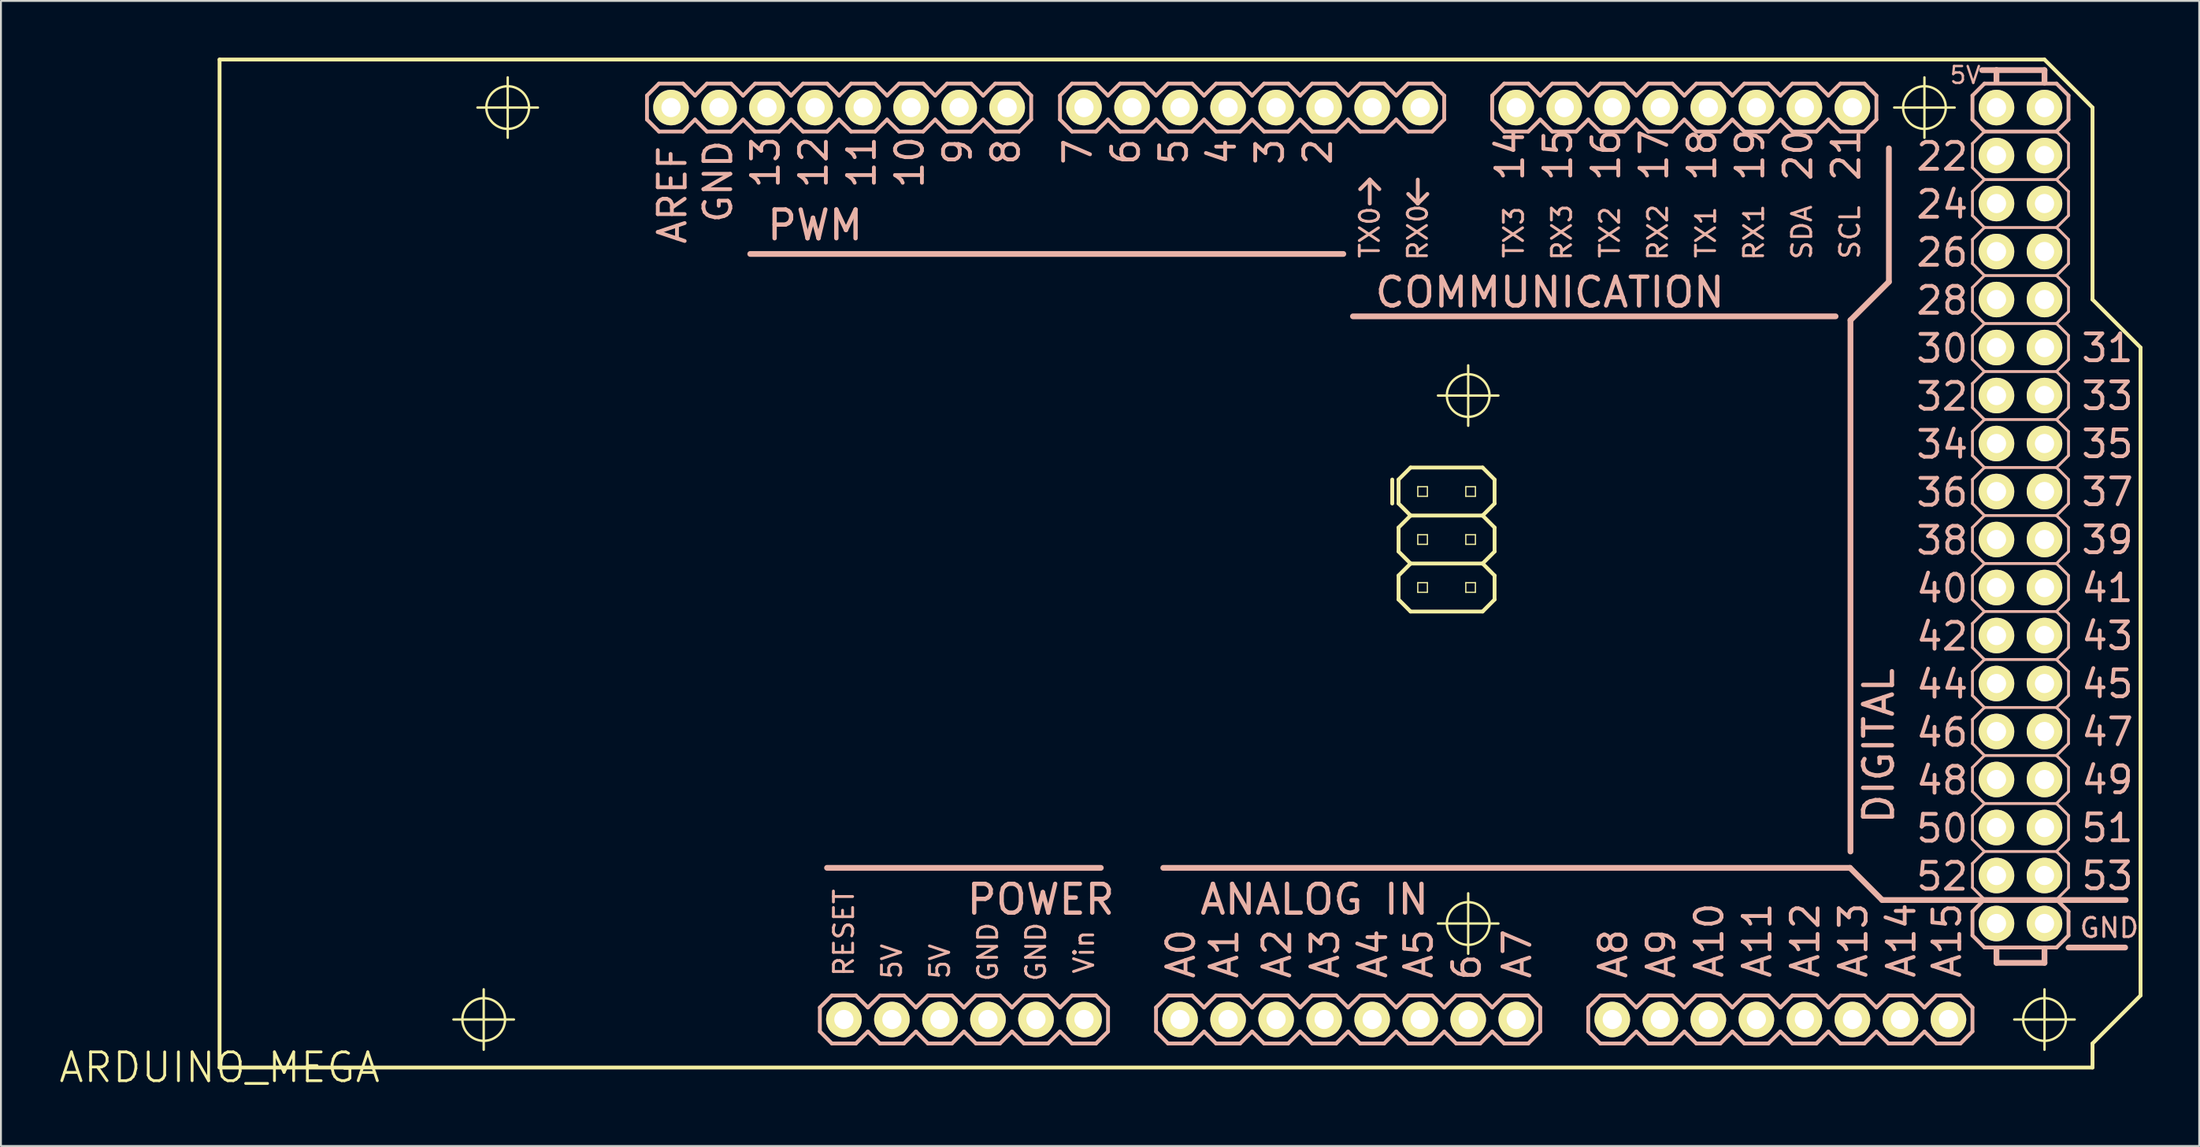
<source format=kicad_pcb>
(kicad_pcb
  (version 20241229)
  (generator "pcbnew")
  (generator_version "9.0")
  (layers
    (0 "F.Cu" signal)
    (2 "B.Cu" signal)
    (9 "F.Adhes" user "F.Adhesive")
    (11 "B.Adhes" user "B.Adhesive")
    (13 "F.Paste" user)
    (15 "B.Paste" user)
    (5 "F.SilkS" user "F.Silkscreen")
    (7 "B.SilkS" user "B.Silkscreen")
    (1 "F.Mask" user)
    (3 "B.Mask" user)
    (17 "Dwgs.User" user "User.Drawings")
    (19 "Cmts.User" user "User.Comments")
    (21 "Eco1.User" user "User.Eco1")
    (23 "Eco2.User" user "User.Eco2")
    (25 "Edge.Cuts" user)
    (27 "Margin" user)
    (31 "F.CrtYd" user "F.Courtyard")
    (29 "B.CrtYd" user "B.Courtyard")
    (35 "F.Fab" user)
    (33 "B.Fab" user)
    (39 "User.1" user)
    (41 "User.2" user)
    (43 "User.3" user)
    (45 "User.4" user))
  (footprint "ARDUINO_MEGA"
    (layer "F.Cu")
    (at 8.563 53.442)
    (property "Reference" "ARDUINO_MEGA" (at 0 0 0) (layer "F.SilkS") (effects (font (size 1.524 1.524) (thickness 0.15))))
    (attr exclude_from_pos_files exclude_from_bom)
    (fp_line (start 0 -53.34) (end 96.52 -53.34) (stroke (width 0.203) (type solid)) (layer "F.SilkS"))
    (fp_line (start 0 0) (end 0 -53.34) (stroke (width 0.203) (type solid)) (layer "F.SilkS"))
    (fp_line (start 12.37 -2.54) (end 15.568 -2.54) (stroke (width 0.127) (type solid)) (layer "F.SilkS"))
    (fp_line (start 13.64 -50.8) (end 16.838 -50.8) (stroke (width 0.127) (type solid)) (layer "F.SilkS"))
    (fp_line (start 13.97 -0.94) (end 13.97 -4.138) (stroke (width 0.127) (type solid)) (layer "F.SilkS"))
    (fp_line (start 15.24 -49.2) (end 15.24 -52.398) (stroke (width 0.127) (type solid)) (layer "F.SilkS"))
    (fp_line (start 23.622 -51.051) (end 24.13 -51.051) (stroke (width 0.066) (type solid)) (layer "F.SilkS"))
    (fp_line (start 23.622 -50.546) (end 23.622 -51.051) (stroke (width 0.066) (type solid)) (layer "F.SilkS"))
    (fp_line (start 23.622 -50.546) (end 24.13 -50.546) (stroke (width 0.066) (type solid)) (layer "F.SilkS"))
    (fp_line (start 24.13 -50.546) (end 24.13 -51.051) (stroke (width 0.066) (type solid)) (layer "F.SilkS"))
    (fp_line (start 26.162 -51.051) (end 26.67 -51.051) (stroke (width 0.066) (type solid)) (layer "F.SilkS"))
    (fp_line (start 26.162 -50.546) (end 26.162 -51.051) (stroke (width 0.066) (type solid)) (layer "F.SilkS"))
    (fp_line (start 26.162 -50.546) (end 26.67 -50.546) (stroke (width 0.066) (type solid)) (layer "F.SilkS"))
    (fp_line (start 26.67 -50.546) (end 26.67 -51.051) (stroke (width 0.066) (type solid)) (layer "F.SilkS"))
    (fp_line (start 28.699 -51.051) (end 29.21 -51.051) (stroke (width 0.066) (type solid)) (layer "F.SilkS"))
    (fp_line (start 28.699 -50.546) (end 28.699 -51.051) (stroke (width 0.066) (type solid)) (layer "F.SilkS"))
    (fp_line (start 28.699 -50.546) (end 29.21 -50.546) (stroke (width 0.066) (type solid)) (layer "F.SilkS"))
    (fp_line (start 29.21 -50.546) (end 29.21 -51.051) (stroke (width 0.066) (type solid)) (layer "F.SilkS"))
    (fp_line (start 31.242 -51.051) (end 31.75 -51.051) (stroke (width 0.066) (type solid)) (layer "F.SilkS"))
    (fp_line (start 31.242 -50.546) (end 31.242 -51.051) (stroke (width 0.066) (type solid)) (layer "F.SilkS"))
    (fp_line (start 31.242 -50.546) (end 31.75 -50.546) (stroke (width 0.066) (type solid)) (layer "F.SilkS"))
    (fp_line (start 31.75 -50.546) (end 31.75 -51.051) (stroke (width 0.066) (type solid)) (layer "F.SilkS"))
    (fp_line (start 32.766 -2.794) (end 33.274 -2.794) (stroke (width 0.066) (type solid)) (layer "F.SilkS"))
    (fp_line (start 32.766 -2.286) (end 32.766 -2.794) (stroke (width 0.066) (type solid)) (layer "F.SilkS"))
    (fp_line (start 32.766 -2.286) (end 33.274 -2.286) (stroke (width 0.066) (type solid)) (layer "F.SilkS"))
    (fp_line (start 33.274 -2.286) (end 33.274 -2.794) (stroke (width 0.066) (type solid)) (layer "F.SilkS"))
    (fp_line (start 33.782 -51.051) (end 34.29 -51.051) (stroke (width 0.066) (type solid)) (layer "F.SilkS"))
    (fp_line (start 33.782 -50.546) (end 33.782 -51.051) (stroke (width 0.066) (type solid)) (layer "F.SilkS"))
    (fp_line (start 33.782 -50.546) (end 34.29 -50.546) (stroke (width 0.066) (type solid)) (layer "F.SilkS"))
    (fp_line (start 34.29 -50.546) (end 34.29 -51.051) (stroke (width 0.066) (type solid)) (layer "F.SilkS"))
    (fp_line (start 35.303 -2.794) (end 35.814 -2.794) (stroke (width 0.066) (type solid)) (layer "F.SilkS"))
    (fp_line (start 35.303 -2.286) (end 35.303 -2.794) (stroke (width 0.066) (type solid)) (layer "F.SilkS"))
    (fp_line (start 35.303 -2.286) (end 35.814 -2.286) (stroke (width 0.066) (type solid)) (layer "F.SilkS"))
    (fp_line (start 35.814 -2.286) (end 35.814 -2.794) (stroke (width 0.066) (type solid)) (layer "F.SilkS"))
    (fp_line (start 36.322 -51.051) (end 36.83 -51.051) (stroke (width 0.066) (type solid)) (layer "F.SilkS"))
    (fp_line (start 36.322 -50.546) (end 36.322 -51.051) (stroke (width 0.066) (type solid)) (layer "F.SilkS"))
    (fp_line (start 36.322 -50.546) (end 36.83 -50.546) (stroke (width 0.066) (type solid)) (layer "F.SilkS"))
    (fp_line (start 36.83 -50.546) (end 36.83 -51.051) (stroke (width 0.066) (type solid)) (layer "F.SilkS"))
    (fp_line (start 37.846 -2.794) (end 38.354 -2.794) (stroke (width 0.066) (type solid)) (layer "F.SilkS"))
    (fp_line (start 37.846 -2.286) (end 37.846 -2.794) (stroke (width 0.066) (type solid)) (layer "F.SilkS"))
    (fp_line (start 37.846 -2.286) (end 38.354 -2.286) (stroke (width 0.066) (type solid)) (layer "F.SilkS"))
    (fp_line (start 38.354 -2.286) (end 38.354 -2.794) (stroke (width 0.066) (type solid)) (layer "F.SilkS"))
    (fp_line (start 38.862 -51.051) (end 39.37 -51.051) (stroke (width 0.066) (type solid)) (layer "F.SilkS"))
    (fp_line (start 38.862 -50.546) (end 38.862 -51.051) (stroke (width 0.066) (type solid)) (layer "F.SilkS"))
    (fp_line (start 38.862 -50.546) (end 39.37 -50.546) (stroke (width 0.066) (type solid)) (layer "F.SilkS"))
    (fp_line (start 39.37 -50.546) (end 39.37 -51.051) (stroke (width 0.066) (type solid)) (layer "F.SilkS"))
    (fp_line (start 40.386 -2.794) (end 40.894 -2.794) (stroke (width 0.066) (type solid)) (layer "F.SilkS"))
    (fp_line (start 40.386 -2.286) (end 40.386 -2.794) (stroke (width 0.066) (type solid)) (layer "F.SilkS"))
    (fp_line (start 40.386 -2.286) (end 40.894 -2.286) (stroke (width 0.066) (type solid)) (layer "F.SilkS"))
    (fp_line (start 40.894 -2.286) (end 40.894 -2.794) (stroke (width 0.066) (type solid)) (layer "F.SilkS"))
    (fp_line (start 41.399 -51.051) (end 41.91 -51.051) (stroke (width 0.066) (type solid)) (layer "F.SilkS"))
    (fp_line (start 41.399 -50.546) (end 41.399 -51.051) (stroke (width 0.066) (type solid)) (layer "F.SilkS"))
    (fp_line (start 41.399 -50.546) (end 41.91 -50.546) (stroke (width 0.066) (type solid)) (layer "F.SilkS"))
    (fp_line (start 41.91 -50.546) (end 41.91 -51.051) (stroke (width 0.066) (type solid)) (layer "F.SilkS"))
    (fp_line (start 42.926 -2.794) (end 43.434 -2.794) (stroke (width 0.066) (type solid)) (layer "F.SilkS"))
    (fp_line (start 42.926 -2.286) (end 42.926 -2.794) (stroke (width 0.066) (type solid)) (layer "F.SilkS"))
    (fp_line (start 42.926 -2.286) (end 43.434 -2.286) (stroke (width 0.066) (type solid)) (layer "F.SilkS"))
    (fp_line (start 43.434 -2.286) (end 43.434 -2.794) (stroke (width 0.066) (type solid)) (layer "F.SilkS"))
    (fp_line (start 45.466 -51.051) (end 45.974 -51.051) (stroke (width 0.066) (type solid)) (layer "F.SilkS"))
    (fp_line (start 45.466 -50.546) (end 45.466 -51.051) (stroke (width 0.066) (type solid)) (layer "F.SilkS"))
    (fp_line (start 45.466 -50.546) (end 45.974 -50.546) (stroke (width 0.066) (type solid)) (layer "F.SilkS"))
    (fp_line (start 45.466 -2.794) (end 45.974 -2.794) (stroke (width 0.066) (type solid)) (layer "F.SilkS"))
    (fp_line (start 45.466 -2.286) (end 45.466 -2.794) (stroke (width 0.066) (type solid)) (layer "F.SilkS"))
    (fp_line (start 45.466 -2.286) (end 45.974 -2.286) (stroke (width 0.066) (type solid)) (layer "F.SilkS"))
    (fp_line (start 45.974 -50.546) (end 45.974 -51.051) (stroke (width 0.066) (type solid)) (layer "F.SilkS"))
    (fp_line (start 45.974 -2.286) (end 45.974 -2.794) (stroke (width 0.066) (type solid)) (layer "F.SilkS"))
    (fp_line (start 48.006 -51.051) (end 48.514 -51.051) (stroke (width 0.066) (type solid)) (layer "F.SilkS"))
    (fp_line (start 48.006 -50.546) (end 48.006 -51.051) (stroke (width 0.066) (type solid)) (layer "F.SilkS"))
    (fp_line (start 48.006 -50.546) (end 48.514 -50.546) (stroke (width 0.066) (type solid)) (layer "F.SilkS"))
    (fp_line (start 48.514 -50.546) (end 48.514 -51.051) (stroke (width 0.066) (type solid)) (layer "F.SilkS"))
    (fp_line (start 50.546 -51.051) (end 51.051 -51.051) (stroke (width 0.066) (type solid)) (layer "F.SilkS"))
    (fp_line (start 50.546 -50.546) (end 50.546 -51.051) (stroke (width 0.066) (type solid)) (layer "F.SilkS"))
    (fp_line (start 50.546 -50.546) (end 51.051 -50.546) (stroke (width 0.066) (type solid)) (layer "F.SilkS"))
    (fp_line (start 50.546 -2.794) (end 51.051 -2.794) (stroke (width 0.066) (type solid)) (layer "F.SilkS"))
    (fp_line (start 50.546 -2.286) (end 50.546 -2.794) (stroke (width 0.066) (type solid)) (layer "F.SilkS"))
    (fp_line (start 50.546 -2.286) (end 51.051 -2.286) (stroke (width 0.066) (type solid)) (layer "F.SilkS"))
    (fp_line (start 51.051 -50.546) (end 51.051 -51.051) (stroke (width 0.066) (type solid)) (layer "F.SilkS"))
    (fp_line (start 51.051 -2.286) (end 51.051 -2.794) (stroke (width 0.066) (type solid)) (layer "F.SilkS"))
    (fp_line (start 53.086 -51.051) (end 53.594 -51.051) (stroke (width 0.066) (type solid)) (layer "F.SilkS"))
    (fp_line (start 53.086 -50.546) (end 53.086 -51.051) (stroke (width 0.066) (type solid)) (layer "F.SilkS"))
    (fp_line (start 53.086 -50.546) (end 53.594 -50.546) (stroke (width 0.066) (type solid)) (layer "F.SilkS"))
    (fp_line (start 53.086 -2.794) (end 53.594 -2.794) (stroke (width 0.066) (type solid)) (layer "F.SilkS"))
    (fp_line (start 53.086 -2.286) (end 53.086 -2.794) (stroke (width 0.066) (type solid)) (layer "F.SilkS"))
    (fp_line (start 53.086 -2.286) (end 53.594 -2.286) (stroke (width 0.066) (type solid)) (layer "F.SilkS"))
    (fp_line (start 53.594 -50.546) (end 53.594 -51.051) (stroke (width 0.066) (type solid)) (layer "F.SilkS"))
    (fp_line (start 53.594 -2.286) (end 53.594 -2.794) (stroke (width 0.066) (type solid)) (layer "F.SilkS"))
    (fp_line (start 55.626 -51.051) (end 56.134 -51.051) (stroke (width 0.066) (type solid)) (layer "F.SilkS"))
    (fp_line (start 55.626 -50.546) (end 55.626 -51.051) (stroke (width 0.066) (type solid)) (layer "F.SilkS"))
    (fp_line (start 55.626 -50.546) (end 56.134 -50.546) (stroke (width 0.066) (type solid)) (layer "F.SilkS"))
    (fp_line (start 55.626 -2.794) (end 56.134 -2.794) (stroke (width 0.066) (type solid)) (layer "F.SilkS"))
    (fp_line (start 55.626 -2.286) (end 55.626 -2.794) (stroke (width 0.066) (type solid)) (layer "F.SilkS"))
    (fp_line (start 55.626 -2.286) (end 56.134 -2.286) (stroke (width 0.066) (type solid)) (layer "F.SilkS"))
    (fp_line (start 56.134 -50.546) (end 56.134 -51.051) (stroke (width 0.066) (type solid)) (layer "F.SilkS"))
    (fp_line (start 56.134 -2.286) (end 56.134 -2.794) (stroke (width 0.066) (type solid)) (layer "F.SilkS"))
    (fp_line (start 58.166 -51.051) (end 58.674 -51.051) (stroke (width 0.066) (type solid)) (layer "F.SilkS"))
    (fp_line (start 58.166 -50.546) (end 58.166 -51.051) (stroke (width 0.066) (type solid)) (layer "F.SilkS"))
    (fp_line (start 58.166 -50.546) (end 58.674 -50.546) (stroke (width 0.066) (type solid)) (layer "F.SilkS"))
    (fp_line (start 58.166 -2.794) (end 58.674 -2.794) (stroke (width 0.066) (type solid)) (layer "F.SilkS"))
    (fp_line (start 58.166 -2.286) (end 58.166 -2.794) (stroke (width 0.066) (type solid)) (layer "F.SilkS"))
    (fp_line (start 58.166 -2.286) (end 58.674 -2.286) (stroke (width 0.066) (type solid)) (layer "F.SilkS"))
    (fp_line (start 58.674 -50.546) (end 58.674 -51.051) (stroke (width 0.066) (type solid)) (layer "F.SilkS"))
    (fp_line (start 58.674 -2.286) (end 58.674 -2.794) (stroke (width 0.066) (type solid)) (layer "F.SilkS"))
    (fp_line (start 60.706 -51.051) (end 61.214 -51.051) (stroke (width 0.066) (type solid)) (layer "F.SilkS"))
    (fp_line (start 60.706 -50.546) (end 60.706 -51.051) (stroke (width 0.066) (type solid)) (layer "F.SilkS"))
    (fp_line (start 60.706 -50.546) (end 61.214 -50.546) (stroke (width 0.066) (type solid)) (layer "F.SilkS"))
    (fp_line (start 60.706 -2.794) (end 61.214 -2.794) (stroke (width 0.066) (type solid)) (layer "F.SilkS"))
    (fp_line (start 60.706 -2.286) (end 60.706 -2.794) (stroke (width 0.066) (type solid)) (layer "F.SilkS"))
    (fp_line (start 60.706 -2.286) (end 61.214 -2.286) (stroke (width 0.066) (type solid)) (layer "F.SilkS"))
    (fp_line (start 61.214 -50.546) (end 61.214 -51.051) (stroke (width 0.066) (type solid)) (layer "F.SilkS"))
    (fp_line (start 61.214 -2.286) (end 61.214 -2.794) (stroke (width 0.066) (type solid)) (layer "F.SilkS"))
    (fp_line (start 62.022 -29.845) (end 62.022 -31.115) (stroke (width 0.203) (type solid)) (layer "F.SilkS"))
    (fp_line (start 62.357 -31.115) (end 62.357 -29.845) (stroke (width 0.203) (type solid)) (layer "F.SilkS"))
    (fp_line (start 62.357 -29.845) (end 62.992 -29.21) (stroke (width 0.203) (type solid)) (layer "F.SilkS"))
    (fp_line (start 62.357 -28.575) (end 62.357 -27.305) (stroke (width 0.203) (type solid)) (layer "F.SilkS"))
    (fp_line (start 62.357 -27.305) (end 62.992 -26.67) (stroke (width 0.203) (type solid)) (layer "F.SilkS"))
    (fp_line (start 62.357 -26.035) (end 62.357 -24.765) (stroke (width 0.203) (type solid)) (layer "F.SilkS"))
    (fp_line (start 62.357 -24.765) (end 62.992 -24.13) (stroke (width 0.203) (type solid)) (layer "F.SilkS"))
    (fp_line (start 62.992 -31.75) (end 62.357 -31.115) (stroke (width 0.203) (type solid)) (layer "F.SilkS"))
    (fp_line (start 62.992 -31.75) (end 66.802 -31.75) (stroke (width 0.203) (type solid)) (layer "F.SilkS"))
    (fp_line (start 62.992 -29.21) (end 62.357 -28.575) (stroke (width 0.203) (type solid)) (layer "F.SilkS"))
    (fp_line (start 62.992 -26.67) (end 62.357 -26.035) (stroke (width 0.203) (type solid)) (layer "F.SilkS"))
    (fp_line (start 63.246 -51.051) (end 63.751 -51.051) (stroke (width 0.066) (type solid)) (layer "F.SilkS"))
    (fp_line (start 63.246 -50.546) (end 63.246 -51.051) (stroke (width 0.066) (type solid)) (layer "F.SilkS"))
    (fp_line (start 63.246 -50.546) (end 63.751 -50.546) (stroke (width 0.066) (type solid)) (layer "F.SilkS"))
    (fp_line (start 63.246 -2.794) (end 63.751 -2.794) (stroke (width 0.066) (type solid)) (layer "F.SilkS"))
    (fp_line (start 63.246 -2.286) (end 63.246 -2.794) (stroke (width 0.066) (type solid)) (layer "F.SilkS"))
    (fp_line (start 63.246 -2.286) (end 63.751 -2.286) (stroke (width 0.066) (type solid)) (layer "F.SilkS"))
    (fp_line (start 63.373 -30.734) (end 63.881 -30.734) (stroke (width 0.066) (type solid)) (layer "F.SilkS"))
    (fp_line (start 63.373 -30.226) (end 63.373 -30.734) (stroke (width 0.066) (type solid)) (layer "F.SilkS"))
    (fp_line (start 63.373 -30.226) (end 63.881 -30.226) (stroke (width 0.066) (type solid)) (layer "F.SilkS"))
    (fp_line (start 63.373 -28.194) (end 63.881 -28.194) (stroke (width 0.066) (type solid)) (layer "F.SilkS"))
    (fp_line (start 63.373 -27.686) (end 63.373 -28.194) (stroke (width 0.066) (type solid)) (layer "F.SilkS"))
    (fp_line (start 63.373 -27.686) (end 63.881 -27.686) (stroke (width 0.066) (type solid)) (layer "F.SilkS"))
    (fp_line (start 63.373 -25.654) (end 63.881 -25.654) (stroke (width 0.066) (type solid)) (layer "F.SilkS"))
    (fp_line (start 63.373 -25.146) (end 63.373 -25.654) (stroke (width 0.066) (type solid)) (layer "F.SilkS"))
    (fp_line (start 63.373 -25.146) (end 63.881 -25.146) (stroke (width 0.066) (type solid)) (layer "F.SilkS"))
    (fp_line (start 63.751 -50.546) (end 63.751 -51.051) (stroke (width 0.066) (type solid)) (layer "F.SilkS"))
    (fp_line (start 63.751 -2.286) (end 63.751 -2.794) (stroke (width 0.066) (type solid)) (layer "F.SilkS"))
    (fp_line (start 63.881 -30.226) (end 63.881 -30.734) (stroke (width 0.066) (type solid)) (layer "F.SilkS"))
    (fp_line (start 63.881 -27.686) (end 63.881 -28.194) (stroke (width 0.066) (type solid)) (layer "F.SilkS"))
    (fp_line (start 63.881 -25.146) (end 63.881 -25.654) (stroke (width 0.066) (type solid)) (layer "F.SilkS"))
    (fp_line (start 64.44 -35.56) (end 67.638 -35.56) (stroke (width 0.127) (type solid)) (layer "F.SilkS"))
    (fp_line (start 64.44 -7.62) (end 67.638 -7.62) (stroke (width 0.127) (type solid)) (layer "F.SilkS"))
    (fp_line (start 65.786 -2.794) (end 66.294 -2.794) (stroke (width 0.066) (type solid)) (layer "F.SilkS"))
    (fp_line (start 65.786 -2.286) (end 65.786 -2.794) (stroke (width 0.066) (type solid)) (layer "F.SilkS"))
    (fp_line (start 65.786 -2.286) (end 66.294 -2.286) (stroke (width 0.066) (type solid)) (layer "F.SilkS"))
    (fp_line (start 65.913 -30.734) (end 66.421 -30.734) (stroke (width 0.066) (type solid)) (layer "F.SilkS"))
    (fp_line (start 65.913 -30.226) (end 65.913 -30.734) (stroke (width 0.066) (type solid)) (layer "F.SilkS"))
    (fp_line (start 65.913 -30.226) (end 66.421 -30.226) (stroke (width 0.066) (type solid)) (layer "F.SilkS"))
    (fp_line (start 65.913 -28.194) (end 66.421 -28.194) (stroke (width 0.066) (type solid)) (layer "F.SilkS"))
    (fp_line (start 65.913 -27.686) (end 65.913 -28.194) (stroke (width 0.066) (type solid)) (layer "F.SilkS"))
    (fp_line (start 65.913 -27.686) (end 66.421 -27.686) (stroke (width 0.066) (type solid)) (layer "F.SilkS"))
    (fp_line (start 65.913 -25.654) (end 66.421 -25.654) (stroke (width 0.066) (type solid)) (layer "F.SilkS"))
    (fp_line (start 65.913 -25.146) (end 65.913 -25.654) (stroke (width 0.066) (type solid)) (layer "F.SilkS"))
    (fp_line (start 65.913 -25.146) (end 66.421 -25.146) (stroke (width 0.066) (type solid)) (layer "F.SilkS"))
    (fp_line (start 66.04 -33.96) (end 66.04 -37.158) (stroke (width 0.127) (type solid)) (layer "F.SilkS"))
    (fp_line (start 66.04 -6.02) (end 66.04 -9.218) (stroke (width 0.127) (type solid)) (layer "F.SilkS"))
    (fp_line (start 66.294 -2.286) (end 66.294 -2.794) (stroke (width 0.066) (type solid)) (layer "F.SilkS"))
    (fp_line (start 66.421 -30.226) (end 66.421 -30.734) (stroke (width 0.066) (type solid)) (layer "F.SilkS"))
    (fp_line (start 66.421 -27.686) (end 66.421 -28.194) (stroke (width 0.066) (type solid)) (layer "F.SilkS"))
    (fp_line (start 66.421 -25.146) (end 66.421 -25.654) (stroke (width 0.066) (type solid)) (layer "F.SilkS"))
    (fp_line (start 66.802 -31.75) (end 67.434 -31.115) (stroke (width 0.203) (type solid)) (layer "F.SilkS"))
    (fp_line (start 66.802 -29.21) (end 62.992 -29.21) (stroke (width 0.203) (type solid)) (layer "F.SilkS"))
    (fp_line (start 66.802 -29.21) (end 67.434 -28.575) (stroke (width 0.203) (type solid)) (layer "F.SilkS"))
    (fp_line (start 66.802 -26.67) (end 62.992 -26.67) (stroke (width 0.203) (type solid)) (layer "F.SilkS"))
    (fp_line (start 66.802 -26.67) (end 67.434 -26.035) (stroke (width 0.203) (type solid)) (layer "F.SilkS"))
    (fp_line (start 66.802 -24.13) (end 62.992 -24.13) (stroke (width 0.203) (type solid)) (layer "F.SilkS"))
    (fp_line (start 67.434 -31.115) (end 67.434 -29.845) (stroke (width 0.203) (type solid)) (layer "F.SilkS"))
    (fp_line (start 67.434 -29.845) (end 66.802 -29.21) (stroke (width 0.203) (type solid)) (layer "F.SilkS"))
    (fp_line (start 67.434 -28.575) (end 67.434 -27.305) (stroke (width 0.203) (type solid)) (layer "F.SilkS"))
    (fp_line (start 67.434 -27.305) (end 66.802 -26.67) (stroke (width 0.203) (type solid)) (layer "F.SilkS"))
    (fp_line (start 67.434 -26.035) (end 67.434 -24.765) (stroke (width 0.203) (type solid)) (layer "F.SilkS"))
    (fp_line (start 67.434 -24.765) (end 66.802 -24.13) (stroke (width 0.203) (type solid)) (layer "F.SilkS"))
    (fp_line (start 68.326 -51.051) (end 68.834 -51.051) (stroke (width 0.066) (type solid)) (layer "F.SilkS"))
    (fp_line (start 68.326 -50.546) (end 68.326 -51.051) (stroke (width 0.066) (type solid)) (layer "F.SilkS"))
    (fp_line (start 68.326 -50.546) (end 68.834 -50.546) (stroke (width 0.066) (type solid)) (layer "F.SilkS"))
    (fp_line (start 68.326 -2.794) (end 68.834 -2.794) (stroke (width 0.066) (type solid)) (layer "F.SilkS"))
    (fp_line (start 68.326 -2.286) (end 68.326 -2.794) (stroke (width 0.066) (type solid)) (layer "F.SilkS"))
    (fp_line (start 68.326 -2.286) (end 68.834 -2.286) (stroke (width 0.066) (type solid)) (layer "F.SilkS"))
    (fp_line (start 68.834 -50.546) (end 68.834 -51.051) (stroke (width 0.066) (type solid)) (layer "F.SilkS"))
    (fp_line (start 68.834 -2.286) (end 68.834 -2.794) (stroke (width 0.066) (type solid)) (layer "F.SilkS"))
    (fp_line (start 70.866 -51.051) (end 71.374 -51.051) (stroke (width 0.066) (type solid)) (layer "F.SilkS"))
    (fp_line (start 70.866 -50.546) (end 70.866 -51.051) (stroke (width 0.066) (type solid)) (layer "F.SilkS"))
    (fp_line (start 70.866 -50.546) (end 71.374 -50.546) (stroke (width 0.066) (type solid)) (layer "F.SilkS"))
    (fp_line (start 71.374 -50.546) (end 71.374 -51.051) (stroke (width 0.066) (type solid)) (layer "F.SilkS"))
    (fp_line (start 73.406 -51.051) (end 73.914 -51.051) (stroke (width 0.066) (type solid)) (layer "F.SilkS"))
    (fp_line (start 73.406 -50.546) (end 73.406 -51.051) (stroke (width 0.066) (type solid)) (layer "F.SilkS"))
    (fp_line (start 73.406 -50.546) (end 73.914 -50.546) (stroke (width 0.066) (type solid)) (layer "F.SilkS"))
    (fp_line (start 73.406 -2.794) (end 73.914 -2.794) (stroke (width 0.066) (type solid)) (layer "F.SilkS"))
    (fp_line (start 73.406 -2.286) (end 73.406 -2.794) (stroke (width 0.066) (type solid)) (layer "F.SilkS"))
    (fp_line (start 73.406 -2.286) (end 73.914 -2.286) (stroke (width 0.066) (type solid)) (layer "F.SilkS"))
    (fp_line (start 73.914 -50.546) (end 73.914 -51.051) (stroke (width 0.066) (type solid)) (layer "F.SilkS"))
    (fp_line (start 73.914 -2.286) (end 73.914 -2.794) (stroke (width 0.066) (type solid)) (layer "F.SilkS"))
    (fp_line (start 75.946 -51.051) (end 76.451 -51.051) (stroke (width 0.066) (type solid)) (layer "F.SilkS"))
    (fp_line (start 75.946 -50.546) (end 75.946 -51.051) (stroke (width 0.066) (type solid)) (layer "F.SilkS"))
    (fp_line (start 75.946 -50.546) (end 76.451 -50.546) (stroke (width 0.066) (type solid)) (layer "F.SilkS"))
    (fp_line (start 75.946 -2.794) (end 76.451 -2.794) (stroke (width 0.066) (type solid)) (layer "F.SilkS"))
    (fp_line (start 75.946 -2.286) (end 75.946 -2.794) (stroke (width 0.066) (type solid)) (layer "F.SilkS"))
    (fp_line (start 75.946 -2.286) (end 76.451 -2.286) (stroke (width 0.066) (type solid)) (layer "F.SilkS"))
    (fp_line (start 76.451 -50.546) (end 76.451 -51.051) (stroke (width 0.066) (type solid)) (layer "F.SilkS"))
    (fp_line (start 76.451 -2.286) (end 76.451 -2.794) (stroke (width 0.066) (type solid)) (layer "F.SilkS"))
    (fp_line (start 78.486 -51.051) (end 78.994 -51.051) (stroke (width 0.066) (type solid)) (layer "F.SilkS"))
    (fp_line (start 78.486 -50.546) (end 78.486 -51.051) (stroke (width 0.066) (type solid)) (layer "F.SilkS"))
    (fp_line (start 78.486 -50.546) (end 78.994 -50.546) (stroke (width 0.066) (type solid)) (layer "F.SilkS"))
    (fp_line (start 78.486 -2.794) (end 78.994 -2.794) (stroke (width 0.066) (type solid)) (layer "F.SilkS"))
    (fp_line (start 78.486 -2.286) (end 78.486 -2.794) (stroke (width 0.066) (type solid)) (layer "F.SilkS"))
    (fp_line (start 78.486 -2.286) (end 78.994 -2.286) (stroke (width 0.066) (type solid)) (layer "F.SilkS"))
    (fp_line (start 78.994 -50.546) (end 78.994 -51.051) (stroke (width 0.066) (type solid)) (layer "F.SilkS"))
    (fp_line (start 78.994 -2.286) (end 78.994 -2.794) (stroke (width 0.066) (type solid)) (layer "F.SilkS"))
    (fp_line (start 81.026 -51.051) (end 81.534 -51.051) (stroke (width 0.066) (type solid)) (layer "F.SilkS"))
    (fp_line (start 81.026 -50.546) (end 81.026 -51.051) (stroke (width 0.066) (type solid)) (layer "F.SilkS"))
    (fp_line (start 81.026 -50.546) (end 81.534 -50.546) (stroke (width 0.066) (type solid)) (layer "F.SilkS"))
    (fp_line (start 81.026 -2.794) (end 81.534 -2.794) (stroke (width 0.066) (type solid)) (layer "F.SilkS"))
    (fp_line (start 81.026 -2.286) (end 81.026 -2.794) (stroke (width 0.066) (type solid)) (layer "F.SilkS"))
    (fp_line (start 81.026 -2.286) (end 81.534 -2.286) (stroke (width 0.066) (type solid)) (layer "F.SilkS"))
    (fp_line (start 81.534 -50.546) (end 81.534 -51.051) (stroke (width 0.066) (type solid)) (layer "F.SilkS"))
    (fp_line (start 81.534 -2.286) (end 81.534 -2.794) (stroke (width 0.066) (type solid)) (layer "F.SilkS"))
    (fp_line (start 83.566 -51.051) (end 84.074 -51.051) (stroke (width 0.066) (type solid)) (layer "F.SilkS"))
    (fp_line (start 83.566 -50.546) (end 83.566 -51.051) (stroke (width 0.066) (type solid)) (layer "F.SilkS"))
    (fp_line (start 83.566 -50.546) (end 84.074 -50.546) (stroke (width 0.066) (type solid)) (layer "F.SilkS"))
    (fp_line (start 83.566 -2.794) (end 84.074 -2.794) (stroke (width 0.066) (type solid)) (layer "F.SilkS"))
    (fp_line (start 83.566 -2.286) (end 83.566 -2.794) (stroke (width 0.066) (type solid)) (layer "F.SilkS"))
    (fp_line (start 83.566 -2.286) (end 84.074 -2.286) (stroke (width 0.066) (type solid)) (layer "F.SilkS"))
    (fp_line (start 84.074 -50.546) (end 84.074 -51.051) (stroke (width 0.066) (type solid)) (layer "F.SilkS"))
    (fp_line (start 84.074 -2.286) (end 84.074 -2.794) (stroke (width 0.066) (type solid)) (layer "F.SilkS"))
    (fp_line (start 86.106 -51.051) (end 86.614 -51.051) (stroke (width 0.066) (type solid)) (layer "F.SilkS"))
    (fp_line (start 86.106 -50.546) (end 86.106 -51.051) (stroke (width 0.066) (type solid)) (layer "F.SilkS"))
    (fp_line (start 86.106 -50.546) (end 86.614 -50.546) (stroke (width 0.066) (type solid)) (layer "F.SilkS"))
    (fp_line (start 86.106 -2.794) (end 86.614 -2.794) (stroke (width 0.066) (type solid)) (layer "F.SilkS"))
    (fp_line (start 86.106 -2.286) (end 86.106 -2.794) (stroke (width 0.066) (type solid)) (layer "F.SilkS"))
    (fp_line (start 86.106 -2.286) (end 86.614 -2.286) (stroke (width 0.066) (type solid)) (layer "F.SilkS"))
    (fp_line (start 86.614 -50.546) (end 86.614 -51.051) (stroke (width 0.066) (type solid)) (layer "F.SilkS"))
    (fp_line (start 86.614 -2.286) (end 86.614 -2.794) (stroke (width 0.066) (type solid)) (layer "F.SilkS"))
    (fp_line (start 88.57 -50.8) (end 91.768 -50.8) (stroke (width 0.127) (type solid)) (layer "F.SilkS"))
    (fp_line (start 88.646 -2.794) (end 89.154 -2.794) (stroke (width 0.066) (type solid)) (layer "F.SilkS"))
    (fp_line (start 88.646 -2.286) (end 88.646 -2.794) (stroke (width 0.066) (type solid)) (layer "F.SilkS"))
    (fp_line (start 88.646 -2.286) (end 89.154 -2.286) (stroke (width 0.066) (type solid)) (layer "F.SilkS"))
    (fp_line (start 89.154 -2.286) (end 89.154 -2.794) (stroke (width 0.066) (type solid)) (layer "F.SilkS"))
    (fp_line (start 90.17 -49.2) (end 90.17 -52.398) (stroke (width 0.127) (type solid)) (layer "F.SilkS"))
    (fp_line (start 91.186 -2.794) (end 91.694 -2.794) (stroke (width 0.066) (type solid)) (layer "F.SilkS"))
    (fp_line (start 91.186 -2.286) (end 91.186 -2.794) (stroke (width 0.066) (type solid)) (layer "F.SilkS"))
    (fp_line (start 91.186 -2.286) (end 91.694 -2.286) (stroke (width 0.066) (type solid)) (layer "F.SilkS"))
    (fp_line (start 91.694 -2.286) (end 91.694 -2.794) (stroke (width 0.066) (type solid)) (layer "F.SilkS"))
    (fp_line (start 93.726 -51.051) (end 94.234 -51.051) (stroke (width 0.066) (type solid)) (layer "F.SilkS"))
    (fp_line (start 93.726 -50.546) (end 93.726 -51.051) (stroke (width 0.066) (type solid)) (layer "F.SilkS"))
    (fp_line (start 93.726 -50.546) (end 94.234 -50.546) (stroke (width 0.066) (type solid)) (layer "F.SilkS"))
    (fp_line (start 93.726 -48.514) (end 94.234 -48.514) (stroke (width 0.066) (type solid)) (layer "F.SilkS"))
    (fp_line (start 93.726 -48.006) (end 93.726 -48.514) (stroke (width 0.066) (type solid)) (layer "F.SilkS"))
    (fp_line (start 93.726 -48.006) (end 94.234 -48.006) (stroke (width 0.066) (type solid)) (layer "F.SilkS"))
    (fp_line (start 93.726 -45.974) (end 94.234 -45.974) (stroke (width 0.066) (type solid)) (layer "F.SilkS"))
    (fp_line (start 93.726 -45.466) (end 93.726 -45.974) (stroke (width 0.066) (type solid)) (layer "F.SilkS"))
    (fp_line (start 93.726 -45.466) (end 94.234 -45.466) (stroke (width 0.066) (type solid)) (layer "F.SilkS"))
    (fp_line (start 93.726 -43.434) (end 94.234 -43.434) (stroke (width 0.066) (type solid)) (layer "F.SilkS"))
    (fp_line (start 93.726 -42.926) (end 93.726 -43.434) (stroke (width 0.066) (type solid)) (layer "F.SilkS"))
    (fp_line (start 93.726 -42.926) (end 94.234 -42.926) (stroke (width 0.066) (type solid)) (layer "F.SilkS"))
    (fp_line (start 93.726 -40.894) (end 94.234 -40.894) (stroke (width 0.066) (type solid)) (layer "F.SilkS"))
    (fp_line (start 93.726 -40.386) (end 93.726 -40.894) (stroke (width 0.066) (type solid)) (layer "F.SilkS"))
    (fp_line (start 93.726 -40.386) (end 94.234 -40.386) (stroke (width 0.066) (type solid)) (layer "F.SilkS"))
    (fp_line (start 93.726 -38.354) (end 94.234 -38.354) (stroke (width 0.066) (type solid)) (layer "F.SilkS"))
    (fp_line (start 93.726 -37.846) (end 93.726 -38.354) (stroke (width 0.066) (type solid)) (layer "F.SilkS"))
    (fp_line (start 93.726 -37.846) (end 94.234 -37.846) (stroke (width 0.066) (type solid)) (layer "F.SilkS"))
    (fp_line (start 93.726 -35.814) (end 94.234 -35.814) (stroke (width 0.066) (type solid)) (layer "F.SilkS"))
    (fp_line (start 93.726 -35.303) (end 93.726 -35.814) (stroke (width 0.066) (type solid)) (layer "F.SilkS"))
    (fp_line (start 93.726 -35.303) (end 94.234 -35.303) (stroke (width 0.066) (type solid)) (layer "F.SilkS"))
    (fp_line (start 93.726 -33.274) (end 94.234 -33.274) (stroke (width 0.066) (type solid)) (layer "F.SilkS"))
    (fp_line (start 93.726 -32.766) (end 93.726 -33.274) (stroke (width 0.066) (type solid)) (layer "F.SilkS"))
    (fp_line (start 93.726 -32.766) (end 94.234 -32.766) (stroke (width 0.066) (type solid)) (layer "F.SilkS"))
    (fp_line (start 93.726 -30.734) (end 94.234 -30.734) (stroke (width 0.066) (type solid)) (layer "F.SilkS"))
    (fp_line (start 93.726 -30.226) (end 93.726 -30.734) (stroke (width 0.066) (type solid)) (layer "F.SilkS"))
    (fp_line (start 93.726 -30.226) (end 94.234 -30.226) (stroke (width 0.066) (type solid)) (layer "F.SilkS"))
    (fp_line (start 93.726 -28.194) (end 94.234 -28.194) (stroke (width 0.066) (type solid)) (layer "F.SilkS"))
    (fp_line (start 93.726 -27.686) (end 93.726 -28.194) (stroke (width 0.066) (type solid)) (layer "F.SilkS"))
    (fp_line (start 93.726 -27.686) (end 94.234 -27.686) (stroke (width 0.066) (type solid)) (layer "F.SilkS"))
    (fp_line (start 93.726 -25.654) (end 94.234 -25.654) (stroke (width 0.066) (type solid)) (layer "F.SilkS"))
    (fp_line (start 93.726 -25.146) (end 93.726 -25.654) (stroke (width 0.066) (type solid)) (layer "F.SilkS"))
    (fp_line (start 93.726 -25.146) (end 94.234 -25.146) (stroke (width 0.066) (type solid)) (layer "F.SilkS"))
    (fp_line (start 93.726 -23.114) (end 94.234 -23.114) (stroke (width 0.066) (type solid)) (layer "F.SilkS"))
    (fp_line (start 93.726 -22.606) (end 93.726 -23.114) (stroke (width 0.066) (type solid)) (layer "F.SilkS"))
    (fp_line (start 93.726 -22.606) (end 94.234 -22.606) (stroke (width 0.066) (type solid)) (layer "F.SilkS"))
    (fp_line (start 93.726 -20.574) (end 94.234 -20.574) (stroke (width 0.066) (type solid)) (layer "F.SilkS"))
    (fp_line (start 93.726 -20.066) (end 93.726 -20.574) (stroke (width 0.066) (type solid)) (layer "F.SilkS"))
    (fp_line (start 93.726 -20.066) (end 94.234 -20.066) (stroke (width 0.066) (type solid)) (layer "F.SilkS"))
    (fp_line (start 93.726 -18.034) (end 94.234 -18.034) (stroke (width 0.066) (type solid)) (layer "F.SilkS"))
    (fp_line (start 93.726 -17.523) (end 93.726 -18.034) (stroke (width 0.066) (type solid)) (layer "F.SilkS"))
    (fp_line (start 93.726 -17.523) (end 94.234 -17.523) (stroke (width 0.066) (type solid)) (layer "F.SilkS"))
    (fp_line (start 93.726 -15.494) (end 94.234 -15.494) (stroke (width 0.066) (type solid)) (layer "F.SilkS"))
    (fp_line (start 93.726 -14.986) (end 93.726 -15.494) (stroke (width 0.066) (type solid)) (layer "F.SilkS"))
    (fp_line (start 93.726 -14.986) (end 94.234 -14.986) (stroke (width 0.066) (type solid)) (layer "F.SilkS"))
    (fp_line (start 93.726 -12.954) (end 94.234 -12.954) (stroke (width 0.066) (type solid)) (layer "F.SilkS"))
    (fp_line (start 93.726 -12.446) (end 93.726 -12.954) (stroke (width 0.066) (type solid)) (layer "F.SilkS"))
    (fp_line (start 93.726 -12.446) (end 94.234 -12.446) (stroke (width 0.066) (type solid)) (layer "F.SilkS"))
    (fp_line (start 93.726 -10.414) (end 94.234 -10.414) (stroke (width 0.066) (type solid)) (layer "F.SilkS"))
    (fp_line (start 93.726 -9.906) (end 93.726 -10.414) (stroke (width 0.066) (type solid)) (layer "F.SilkS"))
    (fp_line (start 93.726 -9.906) (end 94.234 -9.906) (stroke (width 0.066) (type solid)) (layer "F.SilkS"))
    (fp_line (start 93.726 -7.874) (end 94.234 -7.874) (stroke (width 0.066) (type solid)) (layer "F.SilkS"))
    (fp_line (start 93.726 -7.366) (end 93.726 -7.874) (stroke (width 0.066) (type solid)) (layer "F.SilkS"))
    (fp_line (start 93.726 -7.366) (end 94.234 -7.366) (stroke (width 0.066) (type solid)) (layer "F.SilkS"))
    (fp_line (start 94.234 -50.546) (end 94.234 -51.051) (stroke (width 0.066) (type solid)) (layer "F.SilkS"))
    (fp_line (start 94.234 -48.006) (end 94.234 -48.514) (stroke (width 0.066) (type solid)) (layer "F.SilkS"))
    (fp_line (start 94.234 -45.466) (end 94.234 -45.974) (stroke (width 0.066) (type solid)) (layer "F.SilkS"))
    (fp_line (start 94.234 -42.926) (end 94.234 -43.434) (stroke (width 0.066) (type solid)) (layer "F.SilkS"))
    (fp_line (start 94.234 -40.386) (end 94.234 -40.894) (stroke (width 0.066) (type solid)) (layer "F.SilkS"))
    (fp_line (start 94.234 -37.846) (end 94.234 -38.354) (stroke (width 0.066) (type solid)) (layer "F.SilkS"))
    (fp_line (start 94.234 -35.303) (end 94.234 -35.814) (stroke (width 0.066) (type solid)) (layer "F.SilkS"))
    (fp_line (start 94.234 -32.766) (end 94.234 -33.274) (stroke (width 0.066) (type solid)) (layer "F.SilkS"))
    (fp_line (start 94.234 -30.226) (end 94.234 -30.734) (stroke (width 0.066) (type solid)) (layer "F.SilkS"))
    (fp_line (start 94.234 -27.686) (end 94.234 -28.194) (stroke (width 0.066) (type solid)) (layer "F.SilkS"))
    (fp_line (start 94.234 -25.146) (end 94.234 -25.654) (stroke (width 0.066) (type solid)) (layer "F.SilkS"))
    (fp_line (start 94.234 -22.606) (end 94.234 -23.114) (stroke (width 0.066) (type solid)) (layer "F.SilkS"))
    (fp_line (start 94.234 -20.066) (end 94.234 -20.574) (stroke (width 0.066) (type solid)) (layer "F.SilkS"))
    (fp_line (start 94.234 -17.523) (end 94.234 -18.034) (stroke (width 0.066) (type solid)) (layer "F.SilkS"))
    (fp_line (start 94.234 -14.986) (end 94.234 -15.494) (stroke (width 0.066) (type solid)) (layer "F.SilkS"))
    (fp_line (start 94.234 -12.446) (end 94.234 -12.954) (stroke (width 0.066) (type solid)) (layer "F.SilkS"))
    (fp_line (start 94.234 -9.906) (end 94.234 -10.414) (stroke (width 0.066) (type solid)) (layer "F.SilkS"))
    (fp_line (start 94.234 -7.366) (end 94.234 -7.874) (stroke (width 0.066) (type solid)) (layer "F.SilkS"))
    (fp_line (start 94.92 -2.54) (end 98.118 -2.54) (stroke (width 0.127) (type solid)) (layer "F.SilkS"))
    (fp_line (start 96.266 -51.051) (end 96.774 -51.051) (stroke (width 0.066) (type solid)) (layer "F.SilkS"))
    (fp_line (start 96.266 -50.546) (end 96.266 -51.051) (stroke (width 0.066) (type solid)) (layer "F.SilkS"))
    (fp_line (start 96.266 -50.546) (end 96.774 -50.546) (stroke (width 0.066) (type solid)) (layer "F.SilkS"))
    (fp_line (start 96.266 -48.514) (end 96.774 -48.514) (stroke (width 0.066) (type solid)) (layer "F.SilkS"))
    (fp_line (start 96.266 -48.006) (end 96.266 -48.514) (stroke (width 0.066) (type solid)) (layer "F.SilkS"))
    (fp_line (start 96.266 -48.006) (end 96.774 -48.006) (stroke (width 0.066) (type solid)) (layer "F.SilkS"))
    (fp_line (start 96.266 -45.974) (end 96.774 -45.974) (stroke (width 0.066) (type solid)) (layer "F.SilkS"))
    (fp_line (start 96.266 -45.466) (end 96.266 -45.974) (stroke (width 0.066) (type solid)) (layer "F.SilkS"))
    (fp_line (start 96.266 -45.466) (end 96.774 -45.466) (stroke (width 0.066) (type solid)) (layer "F.SilkS"))
    (fp_line (start 96.266 -43.434) (end 96.774 -43.434) (stroke (width 0.066) (type solid)) (layer "F.SilkS"))
    (fp_line (start 96.266 -42.926) (end 96.266 -43.434) (stroke (width 0.066) (type solid)) (layer "F.SilkS"))
    (fp_line (start 96.266 -42.926) (end 96.774 -42.926) (stroke (width 0.066) (type solid)) (layer "F.SilkS"))
    (fp_line (start 96.266 -40.894) (end 96.774 -40.894) (stroke (width 0.066) (type solid)) (layer "F.SilkS"))
    (fp_line (start 96.266 -40.386) (end 96.266 -40.894) (stroke (width 0.066) (type solid)) (layer "F.SilkS"))
    (fp_line (start 96.266 -40.386) (end 96.774 -40.386) (stroke (width 0.066) (type solid)) (layer "F.SilkS"))
    (fp_line (start 96.266 -38.354) (end 96.774 -38.354) (stroke (width 0.066) (type solid)) (layer "F.SilkS"))
    (fp_line (start 96.266 -37.846) (end 96.266 -38.354) (stroke (width 0.066) (type solid)) (layer "F.SilkS"))
    (fp_line (start 96.266 -37.846) (end 96.774 -37.846) (stroke (width 0.066) (type solid)) (layer "F.SilkS"))
    (fp_line (start 96.266 -35.814) (end 96.774 -35.814) (stroke (width 0.066) (type solid)) (layer "F.SilkS"))
    (fp_line (start 96.266 -35.303) (end 96.266 -35.814) (stroke (width 0.066) (type solid)) (layer "F.SilkS"))
    (fp_line (start 96.266 -35.303) (end 96.774 -35.303) (stroke (width 0.066) (type solid)) (layer "F.SilkS"))
    (fp_line (start 96.266 -33.274) (end 96.774 -33.274) (stroke (width 0.066) (type solid)) (layer "F.SilkS"))
    (fp_line (start 96.266 -32.766) (end 96.266 -33.274) (stroke (width 0.066) (type solid)) (layer "F.SilkS"))
    (fp_line (start 96.266 -32.766) (end 96.774 -32.766) (stroke (width 0.066) (type solid)) (layer "F.SilkS"))
    (fp_line (start 96.266 -30.734) (end 96.774 -30.734) (stroke (width 0.066) (type solid)) (layer "F.SilkS"))
    (fp_line (start 96.266 -30.226) (end 96.266 -30.734) (stroke (width 0.066) (type solid)) (layer "F.SilkS"))
    (fp_line (start 96.266 -30.226) (end 96.774 -30.226) (stroke (width 0.066) (type solid)) (layer "F.SilkS"))
    (fp_line (start 96.266 -28.194) (end 96.774 -28.194) (stroke (width 0.066) (type solid)) (layer "F.SilkS"))
    (fp_line (start 96.266 -27.686) (end 96.266 -28.194) (stroke (width 0.066) (type solid)) (layer "F.SilkS"))
    (fp_line (start 96.266 -27.686) (end 96.774 -27.686) (stroke (width 0.066) (type solid)) (layer "F.SilkS"))
    (fp_line (start 96.266 -25.654) (end 96.774 -25.654) (stroke (width 0.066) (type solid)) (layer "F.SilkS"))
    (fp_line (start 96.266 -25.146) (end 96.266 -25.654) (stroke (width 0.066) (type solid)) (layer "F.SilkS"))
    (fp_line (start 96.266 -25.146) (end 96.774 -25.146) (stroke (width 0.066) (type solid)) (layer "F.SilkS"))
    (fp_line (start 96.266 -23.114) (end 96.774 -23.114) (stroke (width 0.066) (type solid)) (layer "F.SilkS"))
    (fp_line (start 96.266 -22.606) (end 96.266 -23.114) (stroke (width 0.066) (type solid)) (layer "F.SilkS"))
    (fp_line (start 96.266 -22.606) (end 96.774 -22.606) (stroke (width 0.066) (type solid)) (layer "F.SilkS"))
    (fp_line (start 96.266 -20.574) (end 96.774 -20.574) (stroke (width 0.066) (type solid)) (layer "F.SilkS"))
    (fp_line (start 96.266 -20.066) (end 96.266 -20.574) (stroke (width 0.066) (type solid)) (layer "F.SilkS"))
    (fp_line (start 96.266 -20.066) (end 96.774 -20.066) (stroke (width 0.066) (type solid)) (layer "F.SilkS"))
    (fp_line (start 96.266 -18.034) (end 96.774 -18.034) (stroke (width 0.066) (type solid)) (layer "F.SilkS"))
    (fp_line (start 96.266 -17.523) (end 96.266 -18.034) (stroke (width 0.066) (type solid)) (layer "F.SilkS"))
    (fp_line (start 96.266 -17.523) (end 96.774 -17.523) (stroke (width 0.066) (type solid)) (layer "F.SilkS"))
    (fp_line (start 96.266 -15.494) (end 96.774 -15.494) (stroke (width 0.066) (type solid)) (layer "F.SilkS"))
    (fp_line (start 96.266 -14.986) (end 96.266 -15.494) (stroke (width 0.066) (type solid)) (layer "F.SilkS"))
    (fp_line (start 96.266 -14.986) (end 96.774 -14.986) (stroke (width 0.066) (type solid)) (layer "F.SilkS"))
    (fp_line (start 96.266 -12.954) (end 96.774 -12.954) (stroke (width 0.066) (type solid)) (layer "F.SilkS"))
    (fp_line (start 96.266 -12.446) (end 96.266 -12.954) (stroke (width 0.066) (type solid)) (layer "F.SilkS"))
    (fp_line (start 96.266 -12.446) (end 96.774 -12.446) (stroke (width 0.066) (type solid)) (layer "F.SilkS"))
    (fp_line (start 96.266 -10.414) (end 96.774 -10.414) (stroke (width 0.066) (type solid)) (layer "F.SilkS"))
    (fp_line (start 96.266 -9.906) (end 96.266 -10.414) (stroke (width 0.066) (type solid)) (layer "F.SilkS"))
    (fp_line (start 96.266 -9.906) (end 96.774 -9.906) (stroke (width 0.066) (type solid)) (layer "F.SilkS"))
    (fp_line (start 96.266 -7.874) (end 96.774 -7.874) (stroke (width 0.066) (type solid)) (layer "F.SilkS"))
    (fp_line (start 96.266 -7.366) (end 96.266 -7.874) (stroke (width 0.066) (type solid)) (layer "F.SilkS"))
    (fp_line (start 96.266 -7.366) (end 96.774 -7.366) (stroke (width 0.066) (type solid)) (layer "F.SilkS"))
    (fp_line (start 96.52 -53.34) (end 99.06 -50.8) (stroke (width 0.203) (type solid)) (layer "F.SilkS"))
    (fp_line (start 96.52 -0.94) (end 96.52 -4.138) (stroke (width 0.127) (type solid)) (layer "F.SilkS"))
    (fp_line (start 96.774 -50.546) (end 96.774 -51.051) (stroke (width 0.066) (type solid)) (layer "F.SilkS"))
    (fp_line (start 96.774 -48.006) (end 96.774 -48.514) (stroke (width 0.066) (type solid)) (layer "F.SilkS"))
    (fp_line (start 96.774 -45.466) (end 96.774 -45.974) (stroke (width 0.066) (type solid)) (layer "F.SilkS"))
    (fp_line (start 96.774 -42.926) (end 96.774 -43.434) (stroke (width 0.066) (type solid)) (layer "F.SilkS"))
    (fp_line (start 96.774 -40.386) (end 96.774 -40.894) (stroke (width 0.066) (type solid)) (layer "F.SilkS"))
    (fp_line (start 96.774 -37.846) (end 96.774 -38.354) (stroke (width 0.066) (type solid)) (layer "F.SilkS"))
    (fp_line (start 96.774 -35.303) (end 96.774 -35.814) (stroke (width 0.066) (type solid)) (layer "F.SilkS"))
    (fp_line (start 96.774 -32.766) (end 96.774 -33.274) (stroke (width 0.066) (type solid)) (layer "F.SilkS"))
    (fp_line (start 96.774 -30.226) (end 96.774 -30.734) (stroke (width 0.066) (type solid)) (layer "F.SilkS"))
    (fp_line (start 96.774 -27.686) (end 96.774 -28.194) (stroke (width 0.066) (type solid)) (layer "F.SilkS"))
    (fp_line (start 96.774 -25.146) (end 96.774 -25.654) (stroke (width 0.066) (type solid)) (layer "F.SilkS"))
    (fp_line (start 96.774 -22.606) (end 96.774 -23.114) (stroke (width 0.066) (type solid)) (layer "F.SilkS"))
    (fp_line (start 96.774 -20.066) (end 96.774 -20.574) (stroke (width 0.066) (type solid)) (layer "F.SilkS"))
    (fp_line (start 96.774 -17.523) (end 96.774 -18.034) (stroke (width 0.066) (type solid)) (layer "F.SilkS"))
    (fp_line (start 96.774 -14.986) (end 96.774 -15.494) (stroke (width 0.066) (type solid)) (layer "F.SilkS"))
    (fp_line (start 96.774 -12.446) (end 96.774 -12.954) (stroke (width 0.066) (type solid)) (layer "F.SilkS"))
    (fp_line (start 96.774 -9.906) (end 96.774 -10.414) (stroke (width 0.066) (type solid)) (layer "F.SilkS"))
    (fp_line (start 96.774 -7.366) (end 96.774 -7.874) (stroke (width 0.066) (type solid)) (layer "F.SilkS"))
    (fp_line (start 99.06 -50.8) (end 99.06 -40.64) (stroke (width 0.203) (type solid)) (layer "F.SilkS"))
    (fp_line (start 99.06 -40.64) (end 101.6 -38.1) (stroke (width 0.203) (type solid)) (layer "F.SilkS"))
    (fp_line (start 99.06 -1.27) (end 99.06 0) (stroke (width 0.203) (type solid)) (layer "F.SilkS"))
    (fp_line (start 99.06 0) (end 0 0) (stroke (width 0.203) (type solid)) (layer "F.SilkS"))
    (fp_line (start 101.6 -38.1) (end 101.6 -3.81) (stroke (width 0.203) (type solid)) (layer "F.SilkS"))
    (fp_line (start 101.6 -3.81) (end 99.06 -1.27) (stroke (width 0.203) (type solid)) (layer "F.SilkS"))
    (fp_circle (center 13.97 -2.54) (end 14.768 -3.338) (stroke (width 0.127) (type solid)) (fill no) (layer "F.SilkS"))
    (fp_circle (center 15.24 -50.8) (end 16.038 -51.598) (stroke (width 0.127) (type solid)) (fill no) (layer "F.SilkS"))
    (fp_circle (center 66.04 -35.56) (end 66.838 -36.358) (stroke (width 0.127) (type solid)) (fill no) (layer "F.SilkS"))
    (fp_circle (center 66.04 -7.62) (end 66.838 -8.418) (stroke (width 0.127) (type solid)) (fill no) (layer "F.SilkS"))
    (fp_circle (center 90.17 -50.8) (end 90.968 -51.598) (stroke (width 0.127) (type solid)) (fill no) (layer "F.SilkS"))
    (fp_circle (center 96.52 -2.54) (end 97.318 -3.338) (stroke (width 0.127) (type solid)) (fill no) (layer "F.SilkS"))
    (fp_line (start 22.606 -51.435) (end 22.606 -50.165) (stroke (width 0.203) (type solid)) (layer "B.SilkS"))
    (fp_line (start 22.606 -50.165) (end 23.241 -49.53) (stroke (width 0.203) (type solid)) (layer "B.SilkS"))
    (fp_line (start 23.241 -52.07) (end 22.606 -51.435) (stroke (width 0.203) (type solid)) (layer "B.SilkS"))
    (fp_line (start 23.241 -52.07) (end 24.511 -52.07) (stroke (width 0.203) (type solid)) (layer "B.SilkS"))
    (fp_line (start 24.511 -52.07) (end 25.146 -51.435) (stroke (width 0.203) (type solid)) (layer "B.SilkS"))
    (fp_line (start 24.511 -49.53) (end 23.241 -49.53) (stroke (width 0.203) (type solid)) (layer "B.SilkS"))
    (fp_line (start 25.146 -51.435) (end 25.778 -52.07) (stroke (width 0.203) (type solid)) (layer "B.SilkS"))
    (fp_line (start 25.146 -50.165) (end 24.511 -49.53) (stroke (width 0.203) (type solid)) (layer "B.SilkS"))
    (fp_line (start 25.778 -52.07) (end 27.051 -52.07) (stroke (width 0.203) (type solid)) (layer "B.SilkS"))
    (fp_line (start 25.778 -49.53) (end 25.146 -50.165) (stroke (width 0.203) (type solid)) (layer "B.SilkS"))
    (fp_line (start 27.051 -52.07) (end 27.686 -51.435) (stroke (width 0.203) (type solid)) (layer "B.SilkS"))
    (fp_line (start 27.051 -49.53) (end 25.778 -49.53) (stroke (width 0.203) (type solid)) (layer "B.SilkS"))
    (fp_line (start 27.686 -51.435) (end 28.321 -52.07) (stroke (width 0.203) (type solid)) (layer "B.SilkS"))
    (fp_line (start 27.686 -50.165) (end 27.051 -49.53) (stroke (width 0.203) (type solid)) (layer "B.SilkS"))
    (fp_line (start 28.321 -52.07) (end 29.591 -52.07) (stroke (width 0.203) (type solid)) (layer "B.SilkS"))
    (fp_line (start 28.321 -49.53) (end 27.686 -50.165) (stroke (width 0.203) (type solid)) (layer "B.SilkS"))
    (fp_line (start 29.591 -52.07) (end 30.226 -51.435) (stroke (width 0.203) (type solid)) (layer "B.SilkS"))
    (fp_line (start 29.591 -49.53) (end 28.321 -49.53) (stroke (width 0.203) (type solid)) (layer "B.SilkS"))
    (fp_line (start 30.226 -50.165) (end 29.591 -49.53) (stroke (width 0.203) (type solid)) (layer "B.SilkS"))
    (fp_line (start 30.226 -50.165) (end 30.861 -49.53) (stroke (width 0.203) (type solid)) (layer "B.SilkS"))
    (fp_line (start 30.861 -52.07) (end 30.226 -51.435) (stroke (width 0.203) (type solid)) (layer "B.SilkS"))
    (fp_line (start 30.861 -52.07) (end 32.128 -52.07) (stroke (width 0.203) (type solid)) (layer "B.SilkS"))
    (fp_line (start 31.75 -3.175) (end 31.75 -1.905) (stroke (width 0.203) (type solid)) (layer "B.SilkS"))
    (fp_line (start 31.75 -1.905) (end 32.385 -1.27) (stroke (width 0.203) (type solid)) (layer "B.SilkS"))
    (fp_line (start 32.128 -52.07) (end 32.766 -51.435) (stroke (width 0.203) (type solid)) (layer "B.SilkS"))
    (fp_line (start 32.128 -49.53) (end 30.861 -49.53) (stroke (width 0.203) (type solid)) (layer "B.SilkS"))
    (fp_line (start 32.385 -3.81) (end 31.75 -3.175) (stroke (width 0.203) (type solid)) (layer "B.SilkS"))
    (fp_line (start 32.385 -3.81) (end 33.655 -3.81) (stroke (width 0.203) (type solid)) (layer "B.SilkS"))
    (fp_line (start 32.766 -51.435) (end 33.401 -52.07) (stroke (width 0.203) (type solid)) (layer "B.SilkS"))
    (fp_line (start 32.766 -50.165) (end 32.128 -49.53) (stroke (width 0.203) (type solid)) (layer "B.SilkS"))
    (fp_line (start 33.401 -52.07) (end 34.671 -52.07) (stroke (width 0.203) (type solid)) (layer "B.SilkS"))
    (fp_line (start 33.401 -49.53) (end 32.766 -50.165) (stroke (width 0.203) (type solid)) (layer "B.SilkS"))
    (fp_line (start 33.655 -3.81) (end 34.29 -3.175) (stroke (width 0.203) (type solid)) (layer "B.SilkS"))
    (fp_line (start 33.655 -1.27) (end 32.385 -1.27) (stroke (width 0.203) (type solid)) (layer "B.SilkS"))
    (fp_line (start 34.29 -3.175) (end 34.925 -3.81) (stroke (width 0.203) (type solid)) (layer "B.SilkS"))
    (fp_line (start 34.29 -1.905) (end 33.655 -1.27) (stroke (width 0.203) (type solid)) (layer "B.SilkS"))
    (fp_line (start 34.671 -52.07) (end 35.303 -51.435) (stroke (width 0.203) (type solid)) (layer "B.SilkS"))
    (fp_line (start 34.671 -49.53) (end 33.401 -49.53) (stroke (width 0.203) (type solid)) (layer "B.SilkS"))
    (fp_line (start 34.925 -3.81) (end 36.195 -3.81) (stroke (width 0.203) (type solid)) (layer "B.SilkS"))
    (fp_line (start 34.925 -1.27) (end 34.29 -1.905) (stroke (width 0.203) (type solid)) (layer "B.SilkS"))
    (fp_line (start 35.303 -51.435) (end 35.941 -52.07) (stroke (width 0.203) (type solid)) (layer "B.SilkS"))
    (fp_line (start 35.303 -50.165) (end 34.671 -49.53) (stroke (width 0.203) (type solid)) (layer "B.SilkS"))
    (fp_line (start 35.941 -52.07) (end 37.211 -52.07) (stroke (width 0.203) (type solid)) (layer "B.SilkS"))
    (fp_line (start 35.941 -49.53) (end 35.303 -50.165) (stroke (width 0.203) (type solid)) (layer "B.SilkS"))
    (fp_line (start 36.195 -3.81) (end 36.83 -3.175) (stroke (width 0.203) (type solid)) (layer "B.SilkS"))
    (fp_line (start 36.195 -1.27) (end 34.925 -1.27) (stroke (width 0.203) (type solid)) (layer "B.SilkS"))
    (fp_line (start 36.83 -3.175) (end 37.465 -3.81) (stroke (width 0.203) (type solid)) (layer "B.SilkS"))
    (fp_line (start 36.83 -1.905) (end 36.195 -1.27) (stroke (width 0.203) (type solid)) (layer "B.SilkS"))
    (fp_line (start 37.211 -52.07) (end 37.846 -51.435) (stroke (width 0.203) (type solid)) (layer "B.SilkS"))
    (fp_line (start 37.211 -49.53) (end 35.941 -49.53) (stroke (width 0.203) (type solid)) (layer "B.SilkS"))
    (fp_line (start 37.465 -3.81) (end 38.735 -3.81) (stroke (width 0.203) (type solid)) (layer "B.SilkS"))
    (fp_line (start 37.465 -1.27) (end 36.83 -1.905) (stroke (width 0.203) (type solid)) (layer "B.SilkS"))
    (fp_line (start 37.846 -50.165) (end 37.211 -49.53) (stroke (width 0.203) (type solid)) (layer "B.SilkS"))
    (fp_line (start 37.846 -50.165) (end 38.478 -49.53) (stroke (width 0.203) (type solid)) (layer "B.SilkS"))
    (fp_line (start 38.478 -52.07) (end 37.846 -51.435) (stroke (width 0.203) (type solid)) (layer "B.SilkS"))
    (fp_line (start 38.478 -52.07) (end 39.751 -52.07) (stroke (width 0.203) (type solid)) (layer "B.SilkS"))
    (fp_line (start 38.735 -3.81) (end 39.37 -3.175) (stroke (width 0.203) (type solid)) (layer "B.SilkS"))
    (fp_line (start 38.735 -1.27) (end 37.465 -1.27) (stroke (width 0.203) (type solid)) (layer "B.SilkS"))
    (fp_line (start 39.37 -1.905) (end 38.735 -1.27) (stroke (width 0.203) (type solid)) (layer "B.SilkS"))
    (fp_line (start 39.37 -1.905) (end 40.005 -1.27) (stroke (width 0.203) (type solid)) (layer "B.SilkS"))
    (fp_line (start 39.751 -52.07) (end 40.386 -51.435) (stroke (width 0.203) (type solid)) (layer "B.SilkS"))
    (fp_line (start 39.751 -49.53) (end 38.478 -49.53) (stroke (width 0.203) (type solid)) (layer "B.SilkS"))
    (fp_line (start 40.005 -3.81) (end 39.37 -3.175) (stroke (width 0.203) (type solid)) (layer "B.SilkS"))
    (fp_line (start 40.005 -3.81) (end 41.275 -3.81) (stroke (width 0.203) (type solid)) (layer "B.SilkS"))
    (fp_line (start 40.386 -50.165) (end 39.751 -49.53) (stroke (width 0.203) (type solid)) (layer "B.SilkS"))
    (fp_line (start 40.386 -50.165) (end 41.021 -49.53) (stroke (width 0.203) (type solid)) (layer "B.SilkS"))
    (fp_line (start 41.021 -52.07) (end 40.386 -51.435) (stroke (width 0.203) (type solid)) (layer "B.SilkS"))
    (fp_line (start 41.021 -52.07) (end 42.291 -52.07) (stroke (width 0.203) (type solid)) (layer "B.SilkS"))
    (fp_line (start 41.275 -3.81) (end 41.91 -3.175) (stroke (width 0.203) (type solid)) (layer "B.SilkS"))
    (fp_line (start 41.275 -1.27) (end 40.005 -1.27) (stroke (width 0.203) (type solid)) (layer "B.SilkS"))
    (fp_line (start 41.91 -3.175) (end 42.545 -3.81) (stroke (width 0.203) (type solid)) (layer "B.SilkS"))
    (fp_line (start 41.91 -1.905) (end 41.275 -1.27) (stroke (width 0.203) (type solid)) (layer "B.SilkS"))
    (fp_line (start 42.291 -52.07) (end 42.926 -51.435) (stroke (width 0.203) (type solid)) (layer "B.SilkS"))
    (fp_line (start 42.291 -49.53) (end 41.021 -49.53) (stroke (width 0.203) (type solid)) (layer "B.SilkS"))
    (fp_line (start 42.545 -3.81) (end 43.815 -3.81) (stroke (width 0.203) (type solid)) (layer "B.SilkS"))
    (fp_line (start 42.545 -1.27) (end 41.91 -1.905) (stroke (width 0.203) (type solid)) (layer "B.SilkS"))
    (fp_line (start 42.926 -51.435) (end 42.926 -50.165) (stroke (width 0.203) (type solid)) (layer "B.SilkS"))
    (fp_line (start 42.926 -50.165) (end 42.291 -49.53) (stroke (width 0.203) (type solid)) (layer "B.SilkS"))
    (fp_line (start 43.815 -3.81) (end 44.45 -3.175) (stroke (width 0.203) (type solid)) (layer "B.SilkS"))
    (fp_line (start 43.815 -1.27) (end 42.545 -1.27) (stroke (width 0.203) (type solid)) (layer "B.SilkS"))
    (fp_line (start 44.45 -51.435) (end 44.45 -50.165) (stroke (width 0.203) (type solid)) (layer "B.SilkS"))
    (fp_line (start 44.45 -50.165) (end 45.085 -49.53) (stroke (width 0.203) (type solid)) (layer "B.SilkS"))
    (fp_line (start 44.45 -3.175) (end 45.085 -3.81) (stroke (width 0.203) (type solid)) (layer "B.SilkS"))
    (fp_line (start 44.45 -1.905) (end 43.815 -1.27) (stroke (width 0.203) (type solid)) (layer "B.SilkS"))
    (fp_line (start 45.085 -52.07) (end 44.45 -51.435) (stroke (width 0.203) (type solid)) (layer "B.SilkS"))
    (fp_line (start 45.085 -52.07) (end 46.355 -52.07) (stroke (width 0.203) (type solid)) (layer "B.SilkS"))
    (fp_line (start 45.085 -3.81) (end 46.355 -3.81) (stroke (width 0.203) (type solid)) (layer "B.SilkS"))
    (fp_line (start 45.085 -1.27) (end 44.45 -1.905) (stroke (width 0.203) (type solid)) (layer "B.SilkS"))
    (fp_line (start 46.355 -52.07) (end 46.99 -51.435) (stroke (width 0.203) (type solid)) (layer "B.SilkS"))
    (fp_line (start 46.355 -49.53) (end 45.085 -49.53) (stroke (width 0.203) (type solid)) (layer "B.SilkS"))
    (fp_line (start 46.355 -3.81) (end 46.99 -3.175) (stroke (width 0.203) (type solid)) (layer "B.SilkS"))
    (fp_line (start 46.355 -1.27) (end 45.085 -1.27) (stroke (width 0.203) (type solid)) (layer "B.SilkS"))
    (fp_line (start 46.609 -10.566) (end 32.128 -10.566) (stroke (width 0.305) (type solid)) (layer "B.SilkS"))
    (fp_line (start 46.99 -51.435) (end 47.625 -52.07) (stroke (width 0.203) (type solid)) (layer "B.SilkS"))
    (fp_line (start 46.99 -50.165) (end 46.355 -49.53) (stroke (width 0.203) (type solid)) (layer "B.SilkS"))
    (fp_line (start 46.99 -3.175) (end 46.99 -1.905) (stroke (width 0.203) (type solid)) (layer "B.SilkS"))
    (fp_line (start 46.99 -1.905) (end 46.355 -1.27) (stroke (width 0.203) (type solid)) (layer "B.SilkS"))
    (fp_line (start 47.625 -52.07) (end 48.895 -52.07) (stroke (width 0.203) (type solid)) (layer "B.SilkS"))
    (fp_line (start 47.625 -49.53) (end 46.99 -50.165) (stroke (width 0.203) (type solid)) (layer "B.SilkS"))
    (fp_line (start 48.895 -52.07) (end 49.53 -51.435) (stroke (width 0.203) (type solid)) (layer "B.SilkS"))
    (fp_line (start 48.895 -49.53) (end 47.625 -49.53) (stroke (width 0.203) (type solid)) (layer "B.SilkS"))
    (fp_line (start 49.53 -51.435) (end 50.165 -52.07) (stroke (width 0.203) (type solid)) (layer "B.SilkS"))
    (fp_line (start 49.53 -50.165) (end 48.895 -49.53) (stroke (width 0.203) (type solid)) (layer "B.SilkS"))
    (fp_line (start 49.53 -3.175) (end 49.53 -1.905) (stroke (width 0.203) (type solid)) (layer "B.SilkS"))
    (fp_line (start 49.53 -1.905) (end 50.165 -1.27) (stroke (width 0.203) (type solid)) (layer "B.SilkS"))
    (fp_line (start 50.165 -52.07) (end 51.435 -52.07) (stroke (width 0.203) (type solid)) (layer "B.SilkS"))
    (fp_line (start 50.165 -49.53) (end 49.53 -50.165) (stroke (width 0.203) (type solid)) (layer "B.SilkS"))
    (fp_line (start 50.165 -3.81) (end 49.53 -3.175) (stroke (width 0.203) (type solid)) (layer "B.SilkS"))
    (fp_line (start 50.165 -3.81) (end 51.435 -3.81) (stroke (width 0.203) (type solid)) (layer "B.SilkS"))
    (fp_line (start 51.435 -52.07) (end 52.07 -51.435) (stroke (width 0.203) (type solid)) (layer "B.SilkS"))
    (fp_line (start 51.435 -49.53) (end 50.165 -49.53) (stroke (width 0.203) (type solid)) (layer "B.SilkS"))
    (fp_line (start 51.435 -3.81) (end 52.07 -3.175) (stroke (width 0.203) (type solid)) (layer "B.SilkS"))
    (fp_line (start 51.435 -1.27) (end 50.165 -1.27) (stroke (width 0.203) (type solid)) (layer "B.SilkS"))
    (fp_line (start 52.07 -50.165) (end 51.435 -49.53) (stroke (width 0.203) (type solid)) (layer "B.SilkS"))
    (fp_line (start 52.07 -50.165) (end 52.705 -49.53) (stroke (width 0.203) (type solid)) (layer "B.SilkS"))
    (fp_line (start 52.07 -3.175) (end 52.705 -3.81) (stroke (width 0.203) (type solid)) (layer "B.SilkS"))
    (fp_line (start 52.07 -1.905) (end 51.435 -1.27) (stroke (width 0.203) (type solid)) (layer "B.SilkS"))
    (fp_line (start 52.705 -52.07) (end 52.07 -51.435) (stroke (width 0.203) (type solid)) (layer "B.SilkS"))
    (fp_line (start 52.705 -52.07) (end 53.975 -52.07) (stroke (width 0.203) (type solid)) (layer "B.SilkS"))
    (fp_line (start 52.705 -3.81) (end 53.975 -3.81) (stroke (width 0.203) (type solid)) (layer "B.SilkS"))
    (fp_line (start 52.705 -1.27) (end 52.07 -1.905) (stroke (width 0.203) (type solid)) (layer "B.SilkS"))
    (fp_line (start 53.975 -52.07) (end 54.61 -51.435) (stroke (width 0.203) (type solid)) (layer "B.SilkS"))
    (fp_line (start 53.975 -49.53) (end 52.705 -49.53) (stroke (width 0.203) (type solid)) (layer "B.SilkS"))
    (fp_line (start 53.975 -3.81) (end 54.61 -3.175) (stroke (width 0.203) (type solid)) (layer "B.SilkS"))
    (fp_line (start 53.975 -1.27) (end 52.705 -1.27) (stroke (width 0.203) (type solid)) (layer "B.SilkS"))
    (fp_line (start 54.61 -51.435) (end 55.245 -52.07) (stroke (width 0.203) (type solid)) (layer "B.SilkS"))
    (fp_line (start 54.61 -50.165) (end 53.975 -49.53) (stroke (width 0.203) (type solid)) (layer "B.SilkS"))
    (fp_line (start 54.61 -3.175) (end 55.245 -3.81) (stroke (width 0.203) (type solid)) (layer "B.SilkS"))
    (fp_line (start 54.61 -1.905) (end 53.975 -1.27) (stroke (width 0.203) (type solid)) (layer "B.SilkS"))
    (fp_line (start 55.245 -52.07) (end 56.515 -52.07) (stroke (width 0.203) (type solid)) (layer "B.SilkS"))
    (fp_line (start 55.245 -49.53) (end 54.61 -50.165) (stroke (width 0.203) (type solid)) (layer "B.SilkS"))
    (fp_line (start 55.245 -3.81) (end 56.515 -3.81) (stroke (width 0.203) (type solid)) (layer "B.SilkS"))
    (fp_line (start 55.245 -1.27) (end 54.61 -1.905) (stroke (width 0.203) (type solid)) (layer "B.SilkS"))
    (fp_line (start 56.515 -52.07) (end 57.15 -51.435) (stroke (width 0.203) (type solid)) (layer "B.SilkS"))
    (fp_line (start 56.515 -49.53) (end 55.245 -49.53) (stroke (width 0.203) (type solid)) (layer "B.SilkS"))
    (fp_line (start 56.515 -3.81) (end 57.15 -3.175) (stroke (width 0.203) (type solid)) (layer "B.SilkS"))
    (fp_line (start 56.515 -1.27) (end 55.245 -1.27) (stroke (width 0.203) (type solid)) (layer "B.SilkS"))
    (fp_line (start 57.15 -51.435) (end 57.785 -52.07) (stroke (width 0.203) (type solid)) (layer "B.SilkS"))
    (fp_line (start 57.15 -50.165) (end 56.515 -49.53) (stroke (width 0.203) (type solid)) (layer "B.SilkS"))
    (fp_line (start 57.15 -1.905) (end 56.515 -1.27) (stroke (width 0.203) (type solid)) (layer "B.SilkS"))
    (fp_line (start 57.15 -1.905) (end 57.785 -1.27) (stroke (width 0.203) (type solid)) (layer "B.SilkS"))
    (fp_line (start 57.785 -52.07) (end 59.055 -52.07) (stroke (width 0.203) (type solid)) (layer "B.SilkS"))
    (fp_line (start 57.785 -49.53) (end 57.15 -50.165) (stroke (width 0.203) (type solid)) (layer "B.SilkS"))
    (fp_line (start 57.785 -3.81) (end 57.15 -3.175) (stroke (width 0.203) (type solid)) (layer "B.SilkS"))
    (fp_line (start 57.785 -3.81) (end 59.055 -3.81) (stroke (width 0.203) (type solid)) (layer "B.SilkS"))
    (fp_line (start 59.055 -52.07) (end 59.69 -51.435) (stroke (width 0.203) (type solid)) (layer "B.SilkS"))
    (fp_line (start 59.055 -49.53) (end 57.785 -49.53) (stroke (width 0.203) (type solid)) (layer "B.SilkS"))
    (fp_line (start 59.055 -3.81) (end 59.69 -3.175) (stroke (width 0.203) (type solid)) (layer "B.SilkS"))
    (fp_line (start 59.055 -1.27) (end 57.785 -1.27) (stroke (width 0.203) (type solid)) (layer "B.SilkS"))
    (fp_line (start 59.436 -43.053) (end 28.067 -43.053) (stroke (width 0.305) (type solid)) (layer "B.SilkS"))
    (fp_line (start 59.69 -50.165) (end 59.055 -49.53) (stroke (width 0.203) (type solid)) (layer "B.SilkS"))
    (fp_line (start 59.69 -50.165) (end 60.325 -49.53) (stroke (width 0.203) (type solid)) (layer "B.SilkS"))
    (fp_line (start 59.69 -3.175) (end 60.325 -3.81) (stroke (width 0.203) (type solid)) (layer "B.SilkS"))
    (fp_line (start 59.69 -1.905) (end 59.055 -1.27) (stroke (width 0.203) (type solid)) (layer "B.SilkS"))
    (fp_line (start 59.944 -39.751) (end 85.471 -39.751) (stroke (width 0.305) (type solid)) (layer "B.SilkS"))
    (fp_line (start 60.325 -52.07) (end 59.69 -51.435) (stroke (width 0.203) (type solid)) (layer "B.SilkS"))
    (fp_line (start 60.325 -52.07) (end 61.595 -52.07) (stroke (width 0.203) (type solid)) (layer "B.SilkS"))
    (fp_line (start 60.325 -46.482) (end 60.833 -46.99) (stroke (width 0.203) (type solid)) (layer "B.SilkS"))
    (fp_line (start 60.325 -3.81) (end 61.595 -3.81) (stroke (width 0.203) (type solid)) (layer "B.SilkS"))
    (fp_line (start 60.325 -1.27) (end 59.69 -1.905) (stroke (width 0.203) (type solid)) (layer "B.SilkS"))
    (fp_line (start 60.833 -46.99) (end 61.341 -46.482) (stroke (width 0.203) (type solid)) (layer "B.SilkS"))
    (fp_line (start 60.833 -45.72) (end 60.833 -46.99) (stroke (width 0.203) (type solid)) (layer "B.SilkS"))
    (fp_line (start 61.595 -52.07) (end 62.23 -51.435) (stroke (width 0.203) (type solid)) (layer "B.SilkS"))
    (fp_line (start 61.595 -49.53) (end 60.325 -49.53) (stroke (width 0.203) (type solid)) (layer "B.SilkS"))
    (fp_line (start 61.595 -3.81) (end 62.23 -3.175) (stroke (width 0.203) (type solid)) (layer "B.SilkS"))
    (fp_line (start 61.595 -1.27) (end 60.325 -1.27) (stroke (width 0.203) (type solid)) (layer "B.SilkS"))
    (fp_line (start 62.23 -50.165) (end 61.595 -49.53) (stroke (width 0.203) (type solid)) (layer "B.SilkS"))
    (fp_line (start 62.23 -50.165) (end 62.865 -49.53) (stroke (width 0.203) (type solid)) (layer "B.SilkS"))
    (fp_line (start 62.23 -3.175) (end 62.865 -3.81) (stroke (width 0.203) (type solid)) (layer "B.SilkS"))
    (fp_line (start 62.23 -1.905) (end 61.595 -1.27) (stroke (width 0.203) (type solid)) (layer "B.SilkS"))
    (fp_line (start 62.865 -52.07) (end 62.23 -51.435) (stroke (width 0.203) (type solid)) (layer "B.SilkS"))
    (fp_line (start 62.865 -52.07) (end 64.135 -52.07) (stroke (width 0.203) (type solid)) (layer "B.SilkS"))
    (fp_line (start 62.865 -3.81) (end 64.135 -3.81) (stroke (width 0.203) (type solid)) (layer "B.SilkS"))
    (fp_line (start 62.865 -1.27) (end 62.23 -1.905) (stroke (width 0.203) (type solid)) (layer "B.SilkS"))
    (fp_line (start 63.373 -46.99) (end 63.373 -45.72) (stroke (width 0.203) (type solid)) (layer "B.SilkS"))
    (fp_line (start 63.373 -45.72) (end 62.865 -46.228) (stroke (width 0.203) (type solid)) (layer "B.SilkS"))
    (fp_line (start 63.881 -46.228) (end 63.373 -45.72) (stroke (width 0.203) (type solid)) (layer "B.SilkS"))
    (fp_line (start 64.135 -52.07) (end 64.77 -51.435) (stroke (width 0.203) (type solid)) (layer "B.SilkS"))
    (fp_line (start 64.135 -49.53) (end 62.865 -49.53) (stroke (width 0.203) (type solid)) (layer "B.SilkS"))
    (fp_line (start 64.135 -3.81) (end 64.77 -3.175) (stroke (width 0.203) (type solid)) (layer "B.SilkS"))
    (fp_line (start 64.135 -1.27) (end 62.865 -1.27) (stroke (width 0.203) (type solid)) (layer "B.SilkS"))
    (fp_line (start 64.77 -51.435) (end 64.77 -50.165) (stroke (width 0.203) (type solid)) (layer "B.SilkS"))
    (fp_line (start 64.77 -50.165) (end 64.135 -49.53) (stroke (width 0.203) (type solid)) (layer "B.SilkS"))
    (fp_line (start 64.77 -1.905) (end 64.135 -1.27) (stroke (width 0.203) (type solid)) (layer "B.SilkS"))
    (fp_line (start 64.77 -1.905) (end 65.405 -1.27) (stroke (width 0.203) (type solid)) (layer "B.SilkS"))
    (fp_line (start 65.405 -3.81) (end 64.77 -3.175) (stroke (width 0.203) (type solid)) (layer "B.SilkS"))
    (fp_line (start 65.405 -3.81) (end 66.675 -3.81) (stroke (width 0.203) (type solid)) (layer "B.SilkS"))
    (fp_line (start 66.675 -3.81) (end 67.31 -3.175) (stroke (width 0.203) (type solid)) (layer "B.SilkS"))
    (fp_line (start 66.675 -1.27) (end 65.405 -1.27) (stroke (width 0.203) (type solid)) (layer "B.SilkS"))
    (fp_line (start 67.31 -51.435) (end 67.31 -50.165) (stroke (width 0.203) (type solid)) (layer "B.SilkS"))
    (fp_line (start 67.31 -50.165) (end 67.945 -49.53) (stroke (width 0.203) (type solid)) (layer "B.SilkS"))
    (fp_line (start 67.31 -1.905) (end 66.675 -1.27) (stroke (width 0.203) (type solid)) (layer "B.SilkS"))
    (fp_line (start 67.31 -1.905) (end 67.945 -1.27) (stroke (width 0.203) (type solid)) (layer "B.SilkS"))
    (fp_line (start 67.945 -52.07) (end 67.31 -51.435) (stroke (width 0.203) (type solid)) (layer "B.SilkS"))
    (fp_line (start 67.945 -52.07) (end 69.215 -52.07) (stroke (width 0.203) (type solid)) (layer "B.SilkS"))
    (fp_line (start 67.945 -3.81) (end 67.31 -3.175) (stroke (width 0.203) (type solid)) (layer "B.SilkS"))
    (fp_line (start 67.945 -3.81) (end 69.215 -3.81) (stroke (width 0.203) (type solid)) (layer "B.SilkS"))
    (fp_line (start 69.215 -52.07) (end 69.85 -51.435) (stroke (width 0.203) (type solid)) (layer "B.SilkS"))
    (fp_line (start 69.215 -49.53) (end 67.945 -49.53) (stroke (width 0.203) (type solid)) (layer "B.SilkS"))
    (fp_line (start 69.215 -3.81) (end 69.85 -3.175) (stroke (width 0.203) (type solid)) (layer "B.SilkS"))
    (fp_line (start 69.215 -1.27) (end 67.945 -1.27) (stroke (width 0.203) (type solid)) (layer "B.SilkS"))
    (fp_line (start 69.85 -51.435) (end 70.485 -52.07) (stroke (width 0.203) (type solid)) (layer "B.SilkS"))
    (fp_line (start 69.85 -50.165) (end 69.215 -49.53) (stroke (width 0.203) (type solid)) (layer "B.SilkS"))
    (fp_line (start 69.85 -3.175) (end 69.85 -1.905) (stroke (width 0.203) (type solid)) (layer "B.SilkS"))
    (fp_line (start 69.85 -1.905) (end 69.215 -1.27) (stroke (width 0.203) (type solid)) (layer "B.SilkS"))
    (fp_line (start 70.485 -52.07) (end 71.755 -52.07) (stroke (width 0.203) (type solid)) (layer "B.SilkS"))
    (fp_line (start 70.485 -49.53) (end 69.85 -50.165) (stroke (width 0.203) (type solid)) (layer "B.SilkS"))
    (fp_line (start 71.755 -52.07) (end 72.39 -51.435) (stroke (width 0.203) (type solid)) (layer "B.SilkS"))
    (fp_line (start 71.755 -49.53) (end 70.485 -49.53) (stroke (width 0.203) (type solid)) (layer "B.SilkS"))
    (fp_line (start 72.39 -51.435) (end 73.025 -52.07) (stroke (width 0.203) (type solid)) (layer "B.SilkS"))
    (fp_line (start 72.39 -50.165) (end 71.755 -49.53) (stroke (width 0.203) (type solid)) (layer "B.SilkS"))
    (fp_line (start 72.39 -3.175) (end 72.39 -1.905) (stroke (width 0.203) (type solid)) (layer "B.SilkS"))
    (fp_line (start 72.39 -1.905) (end 73.025 -1.27) (stroke (width 0.203) (type solid)) (layer "B.SilkS"))
    (fp_line (start 73.025 -52.07) (end 74.295 -52.07) (stroke (width 0.203) (type solid)) (layer "B.SilkS"))
    (fp_line (start 73.025 -49.53) (end 72.39 -50.165) (stroke (width 0.203) (type solid)) (layer "B.SilkS"))
    (fp_line (start 73.025 -3.81) (end 72.39 -3.175) (stroke (width 0.203) (type solid)) (layer "B.SilkS"))
    (fp_line (start 73.025 -3.81) (end 74.295 -3.81) (stroke (width 0.203) (type solid)) (layer "B.SilkS"))
    (fp_line (start 74.295 -52.07) (end 74.93 -51.435) (stroke (width 0.203) (type solid)) (layer "B.SilkS"))
    (fp_line (start 74.295 -49.53) (end 73.025 -49.53) (stroke (width 0.203) (type solid)) (layer "B.SilkS"))
    (fp_line (start 74.295 -3.81) (end 74.93 -3.175) (stroke (width 0.203) (type solid)) (layer "B.SilkS"))
    (fp_line (start 74.295 -1.27) (end 73.025 -1.27) (stroke (width 0.203) (type solid)) (layer "B.SilkS"))
    (fp_line (start 74.93 -50.165) (end 74.295 -49.53) (stroke (width 0.203) (type solid)) (layer "B.SilkS"))
    (fp_line (start 74.93 -50.165) (end 75.565 -49.53) (stroke (width 0.203) (type solid)) (layer "B.SilkS"))
    (fp_line (start 74.93 -3.175) (end 75.565 -3.81) (stroke (width 0.203) (type solid)) (layer "B.SilkS"))
    (fp_line (start 74.93 -1.905) (end 74.295 -1.27) (stroke (width 0.203) (type solid)) (layer "B.SilkS"))
    (fp_line (start 75.565 -52.07) (end 74.93 -51.435) (stroke (width 0.203) (type solid)) (layer "B.SilkS"))
    (fp_line (start 75.565 -52.07) (end 76.835 -52.07) (stroke (width 0.203) (type solid)) (layer "B.SilkS"))
    (fp_line (start 75.565 -3.81) (end 76.835 -3.81) (stroke (width 0.203) (type solid)) (layer "B.SilkS"))
    (fp_line (start 75.565 -1.27) (end 74.93 -1.905) (stroke (width 0.203) (type solid)) (layer "B.SilkS"))
    (fp_line (start 76.835 -52.07) (end 77.47 -51.435) (stroke (width 0.203) (type solid)) (layer "B.SilkS"))
    (fp_line (start 76.835 -49.53) (end 75.565 -49.53) (stroke (width 0.203) (type solid)) (layer "B.SilkS"))
    (fp_line (start 76.835 -3.81) (end 77.47 -3.175) (stroke (width 0.203) (type solid)) (layer "B.SilkS"))
    (fp_line (start 76.835 -1.27) (end 75.565 -1.27) (stroke (width 0.203) (type solid)) (layer "B.SilkS"))
    (fp_line (start 77.47 -51.435) (end 78.105 -52.07) (stroke (width 0.203) (type solid)) (layer "B.SilkS"))
    (fp_line (start 77.47 -50.165) (end 76.835 -49.53) (stroke (width 0.203) (type solid)) (layer "B.SilkS"))
    (fp_line (start 77.47 -3.175) (end 78.105 -3.81) (stroke (width 0.203) (type solid)) (layer "B.SilkS"))
    (fp_line (start 77.47 -1.905) (end 76.835 -1.27) (stroke (width 0.203) (type solid)) (layer "B.SilkS"))
    (fp_line (start 78.105 -52.07) (end 79.375 -52.07) (stroke (width 0.203) (type solid)) (layer "B.SilkS"))
    (fp_line (start 78.105 -49.53) (end 77.47 -50.165) (stroke (width 0.203) (type solid)) (layer "B.SilkS"))
    (fp_line (start 78.105 -3.81) (end 79.375 -3.81) (stroke (width 0.203) (type solid)) (layer "B.SilkS"))
    (fp_line (start 78.105 -1.27) (end 77.47 -1.905) (stroke (width 0.203) (type solid)) (layer "B.SilkS"))
    (fp_line (start 79.375 -52.07) (end 80.01 -51.435) (stroke (width 0.203) (type solid)) (layer "B.SilkS"))
    (fp_line (start 79.375 -49.53) (end 78.105 -49.53) (stroke (width 0.203) (type solid)) (layer "B.SilkS"))
    (fp_line (start 79.375 -3.81) (end 80.01 -3.175) (stroke (width 0.203) (type solid)) (layer "B.SilkS"))
    (fp_line (start 79.375 -1.27) (end 78.105 -1.27) (stroke (width 0.203) (type solid)) (layer "B.SilkS"))
    (fp_line (start 80.01 -51.435) (end 80.645 -52.07) (stroke (width 0.203) (type solid)) (layer "B.SilkS"))
    (fp_line (start 80.01 -50.165) (end 79.375 -49.53) (stroke (width 0.203) (type solid)) (layer "B.SilkS"))
    (fp_line (start 80.01 -1.905) (end 79.375 -1.27) (stroke (width 0.203) (type solid)) (layer "B.SilkS"))
    (fp_line (start 80.01 -1.905) (end 80.645 -1.27) (stroke (width 0.203) (type solid)) (layer "B.SilkS"))
    (fp_line (start 80.645 -52.07) (end 81.915 -52.07) (stroke (width 0.203) (type solid)) (layer "B.SilkS"))
    (fp_line (start 80.645 -49.53) (end 80.01 -50.165) (stroke (width 0.203) (type solid)) (layer "B.SilkS"))
    (fp_line (start 80.645 -3.81) (end 80.01 -3.175) (stroke (width 0.203) (type solid)) (layer "B.SilkS"))
    (fp_line (start 80.645 -3.81) (end 81.915 -3.81) (stroke (width 0.203) (type solid)) (layer "B.SilkS"))
    (fp_line (start 81.915 -52.07) (end 82.55 -51.435) (stroke (width 0.203) (type solid)) (layer "B.SilkS"))
    (fp_line (start 81.915 -49.53) (end 80.645 -49.53) (stroke (width 0.203) (type solid)) (layer "B.SilkS"))
    (fp_line (start 81.915 -3.81) (end 82.55 -3.175) (stroke (width 0.203) (type solid)) (layer "B.SilkS"))
    (fp_line (start 81.915 -1.27) (end 80.645 -1.27) (stroke (width 0.203) (type solid)) (layer "B.SilkS"))
    (fp_line (start 82.55 -50.165) (end 81.915 -49.53) (stroke (width 0.203) (type solid)) (layer "B.SilkS"))
    (fp_line (start 82.55 -50.165) (end 83.185 -49.53) (stroke (width 0.203) (type solid)) (layer "B.SilkS"))
    (fp_line (start 82.55 -3.175) (end 83.185 -3.81) (stroke (width 0.203) (type solid)) (layer "B.SilkS"))
    (fp_line (start 82.55 -1.905) (end 81.915 -1.27) (stroke (width 0.203) (type solid)) (layer "B.SilkS"))
    (fp_line (start 83.185 -52.07) (end 82.55 -51.435) (stroke (width 0.203) (type solid)) (layer "B.SilkS"))
    (fp_line (start 83.185 -52.07) (end 84.455 -52.07) (stroke (width 0.203) (type solid)) (layer "B.SilkS"))
    (fp_line (start 83.185 -3.81) (end 84.455 -3.81) (stroke (width 0.203) (type solid)) (layer "B.SilkS"))
    (fp_line (start 83.185 -1.27) (end 82.55 -1.905) (stroke (width 0.203) (type solid)) (layer "B.SilkS"))
    (fp_line (start 84.455 -52.07) (end 85.09 -51.435) (stroke (width 0.203) (type solid)) (layer "B.SilkS"))
    (fp_line (start 84.455 -49.53) (end 83.185 -49.53) (stroke (width 0.203) (type solid)) (layer "B.SilkS"))
    (fp_line (start 84.455 -3.81) (end 85.09 -3.175) (stroke (width 0.203) (type solid)) (layer "B.SilkS"))
    (fp_line (start 84.455 -1.27) (end 83.185 -1.27) (stroke (width 0.203) (type solid)) (layer "B.SilkS"))
    (fp_line (start 85.09 -50.165) (end 84.455 -49.53) (stroke (width 0.203) (type solid)) (layer "B.SilkS"))
    (fp_line (start 85.09 -50.165) (end 85.725 -49.53) (stroke (width 0.203) (type solid)) (layer "B.SilkS"))
    (fp_line (start 85.09 -3.175) (end 85.725 -3.81) (stroke (width 0.203) (type solid)) (layer "B.SilkS"))
    (fp_line (start 85.09 -1.905) (end 84.455 -1.27) (stroke (width 0.203) (type solid)) (layer "B.SilkS"))
    (fp_line (start 85.725 -52.07) (end 85.09 -51.435) (stroke (width 0.203) (type solid)) (layer "B.SilkS"))
    (fp_line (start 85.725 -52.07) (end 86.995 -52.07) (stroke (width 0.203) (type solid)) (layer "B.SilkS"))
    (fp_line (start 85.725 -3.81) (end 86.995 -3.81) (stroke (width 0.203) (type solid)) (layer "B.SilkS"))
    (fp_line (start 85.725 -1.27) (end 85.09 -1.905) (stroke (width 0.203) (type solid)) (layer "B.SilkS"))
    (fp_line (start 86.233 -10.566) (end 49.911 -10.566) (stroke (width 0.305) (type solid)) (layer "B.SilkS"))
    (fp_line (start 86.233 -10.566) (end 87.935 -8.862) (stroke (width 0.305) (type solid)) (layer "B.SilkS"))
    (fp_line (start 86.258 -39.548) (end 86.258 -11.43) (stroke (width 0.305) (type solid)) (layer "B.SilkS"))
    (fp_line (start 86.258 -39.548) (end 88.29 -41.58) (stroke (width 0.305) (type solid)) (layer "B.SilkS"))
    (fp_line (start 86.995 -52.07) (end 87.63 -51.435) (stroke (width 0.203) (type solid)) (layer "B.SilkS"))
    (fp_line (start 86.995 -49.53) (end 85.725 -49.53) (stroke (width 0.203) (type solid)) (layer "B.SilkS"))
    (fp_line (start 86.995 -3.81) (end 87.63 -3.175) (stroke (width 0.203) (type solid)) (layer "B.SilkS"))
    (fp_line (start 86.995 -1.27) (end 85.725 -1.27) (stroke (width 0.203) (type solid)) (layer "B.SilkS"))
    (fp_line (start 87.63 -51.435) (end 87.63 -50.165) (stroke (width 0.203) (type solid)) (layer "B.SilkS"))
    (fp_line (start 87.63 -50.165) (end 86.995 -49.53) (stroke (width 0.203) (type solid)) (layer "B.SilkS"))
    (fp_line (start 87.63 -1.905) (end 86.995 -1.27) (stroke (width 0.203) (type solid)) (layer "B.SilkS"))
    (fp_line (start 87.63 -1.905) (end 88.265 -1.27) (stroke (width 0.203) (type solid)) (layer "B.SilkS"))
    (fp_line (start 87.935 -8.862) (end 100.813 -8.862) (stroke (width 0.305) (type solid)) (layer "B.SilkS"))
    (fp_line (start 88.265 -3.81) (end 87.63 -3.175) (stroke (width 0.203) (type solid)) (layer "B.SilkS"))
    (fp_line (start 88.265 -3.81) (end 89.535 -3.81) (stroke (width 0.203) (type solid)) (layer "B.SilkS"))
    (fp_line (start 88.29 -41.58) (end 88.29 -48.641) (stroke (width 0.305) (type solid)) (layer "B.SilkS"))
    (fp_line (start 89.535 -3.81) (end 90.17 -3.175) (stroke (width 0.203) (type solid)) (layer "B.SilkS"))
    (fp_line (start 89.535 -1.27) (end 88.265 -1.27) (stroke (width 0.203) (type solid)) (layer "B.SilkS"))
    (fp_line (start 90.17 -1.905) (end 89.535 -1.27) (stroke (width 0.203) (type solid)) (layer "B.SilkS"))
    (fp_line (start 90.17 -1.905) (end 90.805 -1.27) (stroke (width 0.203) (type solid)) (layer "B.SilkS"))
    (fp_line (start 90.805 -3.81) (end 90.17 -3.175) (stroke (width 0.203) (type solid)) (layer "B.SilkS"))
    (fp_line (start 90.805 -3.81) (end 92.075 -3.81) (stroke (width 0.203) (type solid)) (layer "B.SilkS"))
    (fp_line (start 92.075 -3.81) (end 92.71 -3.175) (stroke (width 0.203) (type solid)) (layer "B.SilkS"))
    (fp_line (start 92.075 -1.27) (end 90.805 -1.27) (stroke (width 0.203) (type solid)) (layer "B.SilkS"))
    (fp_line (start 92.71 -51.435) (end 92.71 -50.165) (stroke (width 0.203) (type solid)) (layer "B.SilkS"))
    (fp_line (start 92.71 -50.165) (end 93.345 -49.53) (stroke (width 0.203) (type solid)) (layer "B.SilkS"))
    (fp_line (start 92.71 -48.895) (end 93.345 -49.53) (stroke (width 0.152) (type solid)) (layer "B.SilkS"))
    (fp_line (start 92.71 -47.625) (end 92.71 -48.895) (stroke (width 0.152) (type solid)) (layer "B.SilkS"))
    (fp_line (start 92.71 -46.355) (end 93.345 -46.99) (stroke (width 0.152) (type solid)) (layer "B.SilkS"))
    (fp_line (start 92.71 -45.085) (end 92.71 -46.355) (stroke (width 0.152) (type solid)) (layer "B.SilkS"))
    (fp_line (start 92.71 -43.815) (end 93.345 -44.45) (stroke (width 0.152) (type solid)) (layer "B.SilkS"))
    (fp_line (start 92.71 -42.545) (end 92.71 -43.815) (stroke (width 0.152) (type solid)) (layer "B.SilkS"))
    (fp_line (start 92.71 -41.275) (end 93.345 -41.91) (stroke (width 0.152) (type solid)) (layer "B.SilkS"))
    (fp_line (start 92.71 -40.005) (end 92.71 -41.275) (stroke (width 0.152) (type solid)) (layer "B.SilkS"))
    (fp_line (start 92.71 -38.735) (end 93.345 -39.37) (stroke (width 0.152) (type solid)) (layer "B.SilkS"))
    (fp_line (start 92.71 -37.465) (end 92.71 -38.735) (stroke (width 0.152) (type solid)) (layer "B.SilkS"))
    (fp_line (start 92.71 -36.195) (end 93.345 -36.83) (stroke (width 0.152) (type solid)) (layer "B.SilkS"))
    (fp_line (start 92.71 -34.925) (end 92.71 -36.195) (stroke (width 0.152) (type solid)) (layer "B.SilkS"))
    (fp_line (start 92.71 -33.655) (end 93.345 -34.29) (stroke (width 0.152) (type solid)) (layer "B.SilkS"))
    (fp_line (start 92.71 -32.385) (end 92.71 -33.655) (stroke (width 0.152) (type solid)) (layer "B.SilkS"))
    (fp_line (start 92.71 -31.115) (end 93.345 -31.75) (stroke (width 0.152) (type solid)) (layer "B.SilkS"))
    (fp_line (start 92.71 -29.845) (end 92.71 -31.115) (stroke (width 0.152) (type solid)) (layer "B.SilkS"))
    (fp_line (start 92.71 -28.575) (end 93.345 -29.21) (stroke (width 0.152) (type solid)) (layer "B.SilkS"))
    (fp_line (start 92.71 -27.305) (end 92.71 -28.575) (stroke (width 0.152) (type solid)) (layer "B.SilkS"))
    (fp_line (start 92.71 -26.035) (end 93.345 -26.67) (stroke (width 0.152) (type solid)) (layer "B.SilkS"))
    (fp_line (start 92.71 -24.765) (end 92.71 -26.035) (stroke (width 0.152) (type solid)) (layer "B.SilkS"))
    (fp_line (start 92.71 -23.495) (end 93.345 -24.13) (stroke (width 0.152) (type solid)) (layer "B.SilkS"))
    (fp_line (start 92.71 -22.225) (end 92.71 -23.495) (stroke (width 0.152) (type solid)) (layer "B.SilkS"))
    (fp_line (start 92.71 -20.955) (end 93.345 -21.59) (stroke (width 0.152) (type solid)) (layer "B.SilkS"))
    (fp_line (start 92.71 -19.685) (end 92.71 -20.955) (stroke (width 0.152) (type solid)) (layer "B.SilkS"))
    (fp_line (start 92.71 -18.415) (end 93.345 -19.05) (stroke (width 0.152) (type solid)) (layer "B.SilkS"))
    (fp_line (start 92.71 -17.145) (end 92.71 -18.415) (stroke (width 0.152) (type solid)) (layer "B.SilkS"))
    (fp_line (start 92.71 -15.875) (end 93.345 -16.51) (stroke (width 0.152) (type solid)) (layer "B.SilkS"))
    (fp_line (start 92.71 -14.605) (end 92.71 -15.875) (stroke (width 0.152) (type solid)) (layer "B.SilkS"))
    (fp_line (start 92.71 -13.335) (end 93.345 -13.97) (stroke (width 0.152) (type solid)) (layer "B.SilkS"))
    (fp_line (start 92.71 -12.065) (end 92.71 -13.335) (stroke (width 0.152) (type solid)) (layer "B.SilkS"))
    (fp_line (start 92.71 -10.795) (end 93.345 -11.43) (stroke (width 0.152) (type solid)) (layer "B.SilkS"))
    (fp_line (start 92.71 -9.525) (end 92.71 -10.795) (stroke (width 0.152) (type solid)) (layer "B.SilkS"))
    (fp_line (start 92.71 -8.255) (end 92.71 -6.985) (stroke (width 0.203) (type solid)) (layer "B.SilkS"))
    (fp_line (start 92.71 -6.985) (end 93.345 -6.35) (stroke (width 0.203) (type solid)) (layer "B.SilkS"))
    (fp_line (start 92.71 -3.175) (end 92.71 -1.905) (stroke (width 0.203) (type solid)) (layer "B.SilkS"))
    (fp_line (start 92.71 -1.905) (end 92.075 -1.27) (stroke (width 0.203) (type solid)) (layer "B.SilkS"))
    (fp_line (start 93.218 -52.781) (end 93.98 -52.781) (stroke (width 0.305) (type solid)) (layer "B.SilkS"))
    (fp_line (start 93.345 -52.07) (end 92.71 -51.435) (stroke (width 0.203) (type solid)) (layer "B.SilkS"))
    (fp_line (start 93.345 -52.07) (end 97.155 -52.07) (stroke (width 0.203) (type solid)) (layer "B.SilkS"))
    (fp_line (start 93.345 -46.99) (end 92.71 -47.625) (stroke (width 0.152) (type solid)) (layer "B.SilkS"))
    (fp_line (start 93.345 -46.99) (end 97.155 -46.99) (stroke (width 0.152) (type solid)) (layer "B.SilkS"))
    (fp_line (start 93.345 -44.45) (end 92.71 -45.085) (stroke (width 0.152) (type solid)) (layer "B.SilkS"))
    (fp_line (start 93.345 -44.45) (end 97.155 -44.45) (stroke (width 0.152) (type solid)) (layer "B.SilkS"))
    (fp_line (start 93.345 -41.91) (end 92.71 -42.545) (stroke (width 0.152) (type solid)) (layer "B.SilkS"))
    (fp_line (start 93.345 -41.91) (end 97.155 -41.91) (stroke (width 0.152) (type solid)) (layer "B.SilkS"))
    (fp_line (start 93.345 -39.37) (end 92.71 -40.005) (stroke (width 0.152) (type solid)) (layer "B.SilkS"))
    (fp_line (start 93.345 -39.37) (end 97.155 -39.37) (stroke (width 0.152) (type solid)) (layer "B.SilkS"))
    (fp_line (start 93.345 -36.83) (end 92.71 -37.465) (stroke (width 0.152) (type solid)) (layer "B.SilkS"))
    (fp_line (start 93.345 -36.83) (end 97.155 -36.83) (stroke (width 0.152) (type solid)) (layer "B.SilkS"))
    (fp_line (start 93.345 -34.29) (end 92.71 -34.925) (stroke (width 0.152) (type solid)) (layer "B.SilkS"))
    (fp_line (start 93.345 -34.29) (end 97.155 -34.29) (stroke (width 0.152) (type solid)) (layer "B.SilkS"))
    (fp_line (start 93.345 -31.75) (end 92.71 -32.385) (stroke (width 0.152) (type solid)) (layer "B.SilkS"))
    (fp_line (start 93.345 -31.75) (end 97.155 -31.75) (stroke (width 0.152) (type solid)) (layer "B.SilkS"))
    (fp_line (start 93.345 -29.21) (end 92.71 -29.845) (stroke (width 0.152) (type solid)) (layer "B.SilkS"))
    (fp_line (start 93.345 -29.21) (end 97.155 -29.21) (stroke (width 0.152) (type solid)) (layer "B.SilkS"))
    (fp_line (start 93.345 -26.67) (end 92.71 -27.305) (stroke (width 0.152) (type solid)) (layer "B.SilkS"))
    (fp_line (start 93.345 -26.67) (end 97.155 -26.67) (stroke (width 0.152) (type solid)) (layer "B.SilkS"))
    (fp_line (start 93.345 -24.13) (end 92.71 -24.765) (stroke (width 0.152) (type solid)) (layer "B.SilkS"))
    (fp_line (start 93.345 -24.13) (end 97.155 -24.13) (stroke (width 0.152) (type solid)) (layer "B.SilkS"))
    (fp_line (start 93.345 -21.59) (end 92.71 -22.225) (stroke (width 0.152) (type solid)) (layer "B.SilkS"))
    (fp_line (start 93.345 -21.59) (end 97.155 -21.59) (stroke (width 0.152) (type solid)) (layer "B.SilkS"))
    (fp_line (start 93.345 -19.05) (end 92.71 -19.685) (stroke (width 0.152) (type solid)) (layer "B.SilkS"))
    (fp_line (start 93.345 -19.05) (end 97.155 -19.05) (stroke (width 0.152) (type solid)) (layer "B.SilkS"))
    (fp_line (start 93.345 -16.51) (end 92.71 -17.145) (stroke (width 0.152) (type solid)) (layer "B.SilkS"))
    (fp_line (start 93.345 -16.51) (end 97.155 -16.51) (stroke (width 0.152) (type solid)) (layer "B.SilkS"))
    (fp_line (start 93.345 -13.97) (end 92.71 -14.605) (stroke (width 0.152) (type solid)) (layer "B.SilkS"))
    (fp_line (start 93.345 -13.97) (end 97.155 -13.97) (stroke (width 0.152) (type solid)) (layer "B.SilkS"))
    (fp_line (start 93.345 -11.43) (end 92.71 -12.065) (stroke (width 0.152) (type solid)) (layer "B.SilkS"))
    (fp_line (start 93.345 -11.43) (end 97.155 -11.43) (stroke (width 0.152) (type solid)) (layer "B.SilkS"))
    (fp_line (start 93.345 -8.89) (end 92.71 -9.525) (stroke (width 0.152) (type solid)) (layer "B.SilkS"))
    (fp_line (start 93.345 -8.89) (end 92.71 -8.255) (stroke (width 0.203) (type solid)) (layer "B.SilkS"))
    (fp_line (start 93.345 -8.89) (end 97.155 -8.89) (stroke (width 0.203) (type solid)) (layer "B.SilkS"))
    (fp_line (start 93.98 -52.781) (end 96.52 -52.781) (stroke (width 0.305) (type solid)) (layer "B.SilkS"))
    (fp_line (start 93.98 -52.146) (end 93.98 -52.781) (stroke (width 0.305) (type solid)) (layer "B.SilkS"))
    (fp_line (start 93.98 -6.274) (end 93.98 -5.537) (stroke (width 0.305) (type solid)) (layer "B.SilkS"))
    (fp_line (start 93.98 -5.537) (end 96.52 -5.537) (stroke (width 0.305) (type solid)) (layer "B.SilkS"))
    (fp_line (start 96.52 -52.781) (end 96.52 -52.121) (stroke (width 0.305) (type solid)) (layer "B.SilkS"))
    (fp_line (start 96.52 -5.537) (end 96.52 -6.299) (stroke (width 0.305) (type solid)) (layer "B.SilkS"))
    (fp_line (start 97.155 -52.07) (end 97.79 -51.435) (stroke (width 0.203) (type solid)) (layer "B.SilkS"))
    (fp_line (start 97.155 -49.53) (end 93.345 -49.53) (stroke (width 0.203) (type solid)) (layer "B.SilkS"))
    (fp_line (start 97.155 -49.53) (end 97.79 -48.895) (stroke (width 0.152) (type solid)) (layer "B.SilkS"))
    (fp_line (start 97.155 -46.99) (end 97.79 -47.625) (stroke (width 0.152) (type solid)) (layer "B.SilkS"))
    (fp_line (start 97.155 -46.99) (end 97.79 -46.355) (stroke (width 0.152) (type solid)) (layer "B.SilkS"))
    (fp_line (start 97.155 -44.45) (end 97.79 -45.085) (stroke (width 0.152) (type solid)) (layer "B.SilkS"))
    (fp_line (start 97.155 -41.91) (end 97.79 -42.545) (stroke (width 0.152) (type solid)) (layer "B.SilkS"))
    (fp_line (start 97.155 -39.37) (end 97.79 -40.005) (stroke (width 0.152) (type solid)) (layer "B.SilkS"))
    (fp_line (start 97.155 -36.83) (end 97.79 -37.465) (stroke (width 0.152) (type solid)) (layer "B.SilkS"))
    (fp_line (start 97.155 -34.29) (end 97.79 -34.925) (stroke (width 0.152) (type solid)) (layer "B.SilkS"))
    (fp_line (start 97.155 -31.75) (end 97.79 -32.385) (stroke (width 0.152) (type solid)) (layer "B.SilkS"))
    (fp_line (start 97.155 -29.21) (end 97.79 -29.845) (stroke (width 0.152) (type solid)) (layer "B.SilkS"))
    (fp_line (start 97.155 -29.21) (end 97.79 -28.575) (stroke (width 0.152) (type solid)) (layer "B.SilkS"))
    (fp_line (start 97.155 -26.67) (end 97.79 -27.305) (stroke (width 0.152) (type solid)) (layer "B.SilkS"))
    (fp_line (start 97.155 -26.67) (end 97.79 -26.035) (stroke (width 0.152) (type solid)) (layer "B.SilkS"))
    (fp_line (start 97.155 -24.13) (end 97.79 -24.765) (stroke (width 0.152) (type solid)) (layer "B.SilkS"))
    (fp_line (start 97.155 -21.59) (end 97.79 -22.225) (stroke (width 0.152) (type solid)) (layer "B.SilkS"))
    (fp_line (start 97.155 -19.05) (end 97.79 -19.685) (stroke (width 0.152) (type solid)) (layer "B.SilkS"))
    (fp_line (start 97.155 -16.51) (end 97.79 -17.145) (stroke (width 0.152) (type solid)) (layer "B.SilkS"))
    (fp_line (start 97.155 -13.97) (end 97.79 -14.605) (stroke (width 0.152) (type solid)) (layer "B.SilkS"))
    (fp_line (start 97.155 -11.43) (end 97.79 -12.065) (stroke (width 0.152) (type solid)) (layer "B.SilkS"))
    (fp_line (start 97.155 -8.89) (end 97.79 -9.525) (stroke (width 0.152) (type solid)) (layer "B.SilkS"))
    (fp_line (start 97.155 -8.89) (end 97.79 -8.255) (stroke (width 0.203) (type solid)) (layer "B.SilkS"))
    (fp_line (start 97.155 -6.35) (end 93.345 -6.35) (stroke (width 0.203) (type solid)) (layer "B.SilkS"))
    (fp_line (start 97.79 -51.435) (end 97.79 -50.165) (stroke (width 0.203) (type solid)) (layer "B.SilkS"))
    (fp_line (start 97.79 -50.165) (end 97.155 -49.53) (stroke (width 0.203) (type solid)) (layer "B.SilkS"))
    (fp_line (start 97.79 -47.625) (end 97.79 -48.895) (stroke (width 0.152) (type solid)) (layer "B.SilkS"))
    (fp_line (start 97.79 -45.085) (end 97.79 -46.355) (stroke (width 0.152) (type solid)) (layer "B.SilkS"))
    (fp_line (start 97.79 -43.815) (end 97.155 -44.45) (stroke (width 0.152) (type solid)) (layer "B.SilkS"))
    (fp_line (start 97.79 -42.545) (end 97.79 -43.815) (stroke (width 0.152) (type solid)) (layer "B.SilkS"))
    (fp_line (start 97.79 -41.275) (end 97.155 -41.91) (stroke (width 0.152) (type solid)) (layer "B.SilkS"))
    (fp_line (start 97.79 -40.005) (end 97.79 -41.275) (stroke (width 0.152) (type solid)) (layer "B.SilkS"))
    (fp_line (start 97.79 -38.735) (end 97.155 -39.37) (stroke (width 0.152) (type solid)) (layer "B.SilkS"))
    (fp_line (start 97.79 -37.465) (end 97.79 -38.735) (stroke (width 0.152) (type solid)) (layer "B.SilkS"))
    (fp_line (start 97.79 -36.195) (end 97.155 -36.83) (stroke (width 0.152) (type solid)) (layer "B.SilkS"))
    (fp_line (start 97.79 -34.925) (end 97.79 -36.195) (stroke (width 0.152) (type solid)) (layer "B.SilkS"))
    (fp_line (start 97.79 -33.655) (end 97.155 -34.29) (stroke (width 0.152) (type solid)) (layer "B.SilkS"))
    (fp_line (start 97.79 -32.385) (end 97.79 -33.655) (stroke (width 0.152) (type solid)) (layer "B.SilkS"))
    (fp_line (start 97.79 -31.115) (end 97.155 -31.75) (stroke (width 0.152) (type solid)) (layer "B.SilkS"))
    (fp_line (start 97.79 -29.845) (end 97.79 -31.115) (stroke (width 0.152) (type solid)) (layer "B.SilkS"))
    (fp_line (start 97.79 -27.305) (end 97.79 -28.575) (stroke (width 0.152) (type solid)) (layer "B.SilkS"))
    (fp_line (start 97.79 -24.765) (end 97.79 -26.035) (stroke (width 0.152) (type solid)) (layer "B.SilkS"))
    (fp_line (start 97.79 -23.495) (end 97.155 -24.13) (stroke (width 0.152) (type solid)) (layer "B.SilkS"))
    (fp_line (start 97.79 -22.225) (end 97.79 -23.495) (stroke (width 0.152) (type solid)) (layer "B.SilkS"))
    (fp_line (start 97.79 -20.955) (end 97.155 -21.59) (stroke (width 0.152) (type solid)) (layer "B.SilkS"))
    (fp_line (start 97.79 -19.685) (end 97.79 -20.955) (stroke (width 0.152) (type solid)) (layer "B.SilkS"))
    (fp_line (start 97.79 -18.415) (end 97.155 -19.05) (stroke (width 0.152) (type solid)) (layer "B.SilkS"))
    (fp_line (start 97.79 -17.145) (end 97.79 -18.415) (stroke (width 0.152) (type solid)) (layer "B.SilkS"))
    (fp_line (start 97.79 -15.875) (end 97.155 -16.51) (stroke (width 0.152) (type solid)) (layer "B.SilkS"))
    (fp_line (start 97.79 -14.605) (end 97.79 -15.875) (stroke (width 0.152) (type solid)) (layer "B.SilkS"))
    (fp_line (start 97.79 -13.335) (end 97.155 -13.97) (stroke (width 0.152) (type solid)) (layer "B.SilkS"))
    (fp_line (start 97.79 -12.065) (end 97.79 -13.335) (stroke (width 0.152) (type solid)) (layer "B.SilkS"))
    (fp_line (start 97.79 -10.795) (end 97.155 -11.43) (stroke (width 0.152) (type solid)) (layer "B.SilkS"))
    (fp_line (start 97.79 -9.525) (end 97.79 -10.795) (stroke (width 0.152) (type solid)) (layer "B.SilkS"))
    (fp_line (start 97.79 -8.255) (end 97.79 -6.985) (stroke (width 0.203) (type solid)) (layer "B.SilkS"))
    (fp_line (start 97.79 -6.985) (end 97.155 -6.35) (stroke (width 0.203) (type solid)) (layer "B.SilkS"))
    (fp_line (start 97.79 -6.35) (end 100.787 -6.35) (stroke (width 0.305) (type solid)) (layer "B.SilkS"))
    (fp_text user "ANALOG IN" (at 57.909 -8.89 0) (layer "B.SilkS") (effects (font (size 1.524 1.524) (thickness 0.229))))
    (fp_text user "GND" (at 40.64 -6.121 90) (layer "B.SilkS") (effects (font (size 1.016 1.016) (thickness 0.152))))
    (fp_text user "7" (at 45.39 -48.463 90) (layer "B.SilkS") (effects (font (size 1.422 1.422) (thickness 0.203))))
    (fp_text user "A14" (at 88.951 -6.731 90) (layer "B.SilkS") (effects (font (size 1.422 1.422) (thickness 0.203))))
    (fp_text user "RX3" (at 70.993 -44.196 90) (layer "B.SilkS") (effects (font (size 1.016 1.016) (thickness 0.152))))
    (fp_text user "24" (at 91.11 -45.669 0) (layer "B.SilkS") (effects (font (size 1.422 1.422) (thickness 0.203))))
    (fp_text user "42" (at 91.11 -22.809 0) (layer "B.SilkS") (effects (font (size 1.422 1.422) (thickness 0.203))))
    (fp_text user "A15" (at 91.364 -6.731 90) (layer "B.SilkS") (effects (font (size 1.422 1.422) (thickness 0.203))))
    (fp_text user "38" (at 91.11 -27.889 0) (layer "B.SilkS") (effects (font (size 1.422 1.422) (thickness 0.203))))
    (fp_text user "GND" (at 43.18 -6.121 90) (layer "B.SilkS") (effects (font (size 1.016 1.016) (thickness 0.152))))
    (fp_text user "A7" (at 68.631 -6.02 90) (layer "B.SilkS") (effects (font (size 1.422 1.422) (thickness 0.203))))
    (fp_text user "17" (at 75.87 -48.285 90) (layer "B.SilkS") (effects (font (size 1.422 1.422) (thickness 0.203))))
    (fp_text user "5V" (at 38.1 -5.613 90) (layer "B.SilkS") (effects (font (size 1.016 1.016) (thickness 0.152))))
    (fp_text user "GND" (at 26.365 -46.888 270) (layer "B.SilkS") (effects (font (size 1.422 1.422) (thickness 0.203))))
    (fp_text user "53" (at 99.847 -10.135 0) (layer "B.SilkS") (effects (font (size 1.422 1.422) (thickness 0.203))))
    (fp_text user "DIGITAL" (at 87.757 -17.018 90) (layer "B.SilkS") (effects (font (size 1.524 1.524) (thickness 0.229))))
    (fp_text user "A4" (at 61.011 -6.02 90) (layer "B.SilkS") (effects (font (size 1.422 1.422) (thickness 0.203))))
    (fp_text user "15" (at 70.79 -48.285 90) (layer "B.SilkS") (effects (font (size 1.422 1.422) (thickness 0.203))))
    (fp_text user "34" (at 91.11 -32.969 0) (layer "B.SilkS") (effects (font (size 1.422 1.422) (thickness 0.203))))
    (fp_text user "13" (at 28.88 -47.904 90) (layer "B.SilkS") (effects (font (size 1.422 1.422) (thickness 0.203))))
    (fp_text user "52" (at 91.11 -10.109 0) (layer "B.SilkS") (effects (font (size 1.422 1.422) (thickness 0.203))))
    (fp_text user "A5" (at 63.424 -6.02 90) (layer "B.SilkS") (effects (font (size 1.422 1.422) (thickness 0.203))))
    (fp_text user "10" (at 36.5 -47.904 90) (layer "B.SilkS") (effects (font (size 1.422 1.422) (thickness 0.203))))
    (fp_text user "8" (at 41.58 -48.463 90) (layer "B.SilkS") (effects (font (size 1.422 1.422) (thickness 0.203))))
    (fp_text user "4" (at 53.01 -48.463 90) (layer "B.SilkS") (effects (font (size 1.422 1.422) (thickness 0.203))))
    (fp_text user "Vin" (at 45.72 -6.121 90) (layer "B.SilkS") (effects (font (size 1.016 1.016) (thickness 0.152))))
    (fp_text user "36" (at 91.11 -30.429 0) (layer "B.SilkS") (effects (font (size 1.422 1.422) (thickness 0.203))))
    (fp_text user "5V" (at 35.56 -5.613 90) (layer "B.SilkS") (effects (font (size 1.016 1.016) (thickness 0.152))))
    (fp_text user "46" (at 91.11 -17.727 0) (layer "B.SilkS") (effects (font (size 1.422 1.422) (thickness 0.203))))
    (fp_text user "37" (at 99.847 -30.455 0) (layer "B.SilkS") (effects (font (size 1.422 1.422) (thickness 0.203))))
    (fp_text user "SDA" (at 83.693 -44.196 90) (layer "B.SilkS") (effects (font (size 1.016 1.016) (thickness 0.152))))
    (fp_text user "49" (at 99.847 -15.215 0) (layer "B.SilkS") (effects (font (size 1.422 1.422) (thickness 0.203))))
    (fp_text user "41" (at 99.847 -25.375 0) (layer "B.SilkS") (effects (font (size 1.422 1.422) (thickness 0.203))))
    (fp_text user "TX3" (at 68.453 -44.196 90) (layer "B.SilkS") (effects (font (size 1.016 1.016) (thickness 0.152))))
    (fp_text user "A13" (at 86.411 -6.731 90) (layer "B.SilkS") (effects (font (size 1.422 1.422) (thickness 0.203))))
    (fp_text user "51" (at 99.847 -12.675 0) (layer "B.SilkS") (effects (font (size 1.422 1.422) (thickness 0.203))))
    (fp_text user "POWER" (at 43.434 -8.89 0) (layer "B.SilkS") (effects (font (size 1.524 1.524) (thickness 0.229))))
    (fp_text user "45" (at 99.847 -20.295 0) (layer "B.SilkS") (effects (font (size 1.422 1.422) (thickness 0.203))))
    (fp_text user "RX2" (at 76.073 -44.196 90) (layer "B.SilkS") (effects (font (size 1.016 1.016) (thickness 0.152))))
    (fp_text user "47" (at 99.847 -17.755 0) (layer "B.SilkS") (effects (font (size 1.422 1.422) (thickness 0.203))))
    (fp_text user "A2" (at 55.931 -6.02 90) (layer "B.SilkS") (effects (font (size 1.422 1.422) (thickness 0.203))))
    (fp_text user "18" (at 78.41 -48.285 90) (layer "B.SilkS") (effects (font (size 1.422 1.422) (thickness 0.203))))
    (fp_text user "44" (at 91.11 -20.269 0) (layer "B.SilkS") (effects (font (size 1.422 1.422) (thickness 0.203))))
    (fp_text user "12" (at 31.42 -47.904 90) (layer "B.SilkS") (effects (font (size 1.422 1.422) (thickness 0.203))))
    (fp_text user "SCL" (at 86.233 -44.196 90) (layer "B.SilkS") (effects (font (size 1.016 1.016) (thickness 0.152))))
    (fp_text user "6" (at 65.964 -5.309 90) (layer "B.SilkS") (effects (font (size 1.422 1.422) (thickness 0.203))))
    (fp_text user "21" (at 86.03 -48.285 90) (layer "B.SilkS") (effects (font (size 1.422 1.422) (thickness 0.203))))
    (fp_text user "2" (at 58.09 -48.463 90) (layer "B.SilkS") (effects (font (size 1.422 1.422) (thickness 0.203))))
    (fp_text user "GND" (at 99.949 -7.391 0) (layer "B.SilkS") (effects (font (size 1.016 1.016) (thickness 0.152))))
    (fp_text user "A0" (at 50.848 -6.02 90) (layer "B.SilkS") (effects (font (size 1.422 1.422) (thickness 0.203))))
    (fp_text user "A12" (at 83.871 -6.731 90) (layer "B.SilkS") (effects (font (size 1.422 1.422) (thickness 0.203))))
    (fp_text user "3" (at 55.55 -48.463 90) (layer "B.SilkS") (effects (font (size 1.422 1.422) (thickness 0.203))))
    (fp_text user "RX0" (at 63.373 -44.196 90) (layer "B.SilkS") (effects (font (size 1.016 1.016) (thickness 0.152))))
    (fp_text user "TX0" (at 60.833 -44.196 90) (layer "B.SilkS") (effects (font (size 1.016 1.016) (thickness 0.152))))
    (fp_text user "11" (at 33.96 -47.904 90) (layer "B.SilkS") (effects (font (size 1.422 1.422) (thickness 0.203))))
    (fp_text user "PWM" (at 31.496 -44.577 0) (layer "B.SilkS") (effects (font (size 1.524 1.524) (thickness 0.229))))
    (fp_text user "16" (at 73.33 -48.285 90) (layer "B.SilkS") (effects (font (size 1.422 1.422) (thickness 0.203))))
    (fp_text user "31" (at 99.847 -38.075 0) (layer "B.SilkS") (effects (font (size 1.422 1.422) (thickness 0.203))))
    (fp_text user "39" (at 99.847 -27.915 0) (layer "B.SilkS") (effects (font (size 1.422 1.422) (thickness 0.203))))
    (fp_text user "TX2" (at 73.533 -44.196 90) (layer "B.SilkS") (effects (font (size 1.016 1.016) (thickness 0.152))))
    (fp_text user "AREF" (at 23.952 -46.177 270) (layer "B.SilkS") (effects (font (size 1.422 1.422) (thickness 0.203))))
    (fp_text user "28" (at 91.11 -40.589 0) (layer "B.SilkS") (effects (font (size 1.422 1.422) (thickness 0.203))))
    (fp_text user "A3" (at 58.471 -6.02 90) (layer "B.SilkS") (effects (font (size 1.422 1.422) (thickness 0.203))))
    (fp_text user "5V" (at 92.329 -52.514 0) (layer "B.SilkS") (effects (font (size 0.889 0.889) (thickness 0.127))))
    (fp_text user "TX1" (at 78.613 -44.196 90) (layer "B.SilkS") (effects (font (size 1.016 1.016) (thickness 0.152))))
    (fp_text user "32" (at 91.11 -35.509 0) (layer "B.SilkS") (effects (font (size 1.422 1.422) (thickness 0.203))))
    (fp_text user "RESET" (at 33.02 -7.137 90) (layer "B.SilkS") (effects (font (size 1.016 1.016) (thickness 0.152))))
    (fp_text user "A10" (at 78.791 -6.731 90) (layer "B.SilkS") (effects (font (size 1.422 1.422) (thickness 0.203))))
    (fp_text user "A9" (at 76.248 -6.02 90) (layer "B.SilkS") (effects (font (size 1.422 1.422) (thickness 0.203))))
    (fp_text user "48" (at 91.11 -15.189 0) (layer "B.SilkS") (effects (font (size 1.422 1.422) (thickness 0.203))))
    (fp_text user "30" (at 91.11 -38.049 0) (layer "B.SilkS") (effects (font (size 1.422 1.422) (thickness 0.203))))
    (fp_text user "33" (at 99.847 -35.535 0) (layer "B.SilkS") (effects (font (size 1.422 1.422) (thickness 0.203))))
    (fp_text user "19" (at 80.95 -48.285 90) (layer "B.SilkS") (effects (font (size 1.422 1.422) (thickness 0.203))))
    (fp_text user "50" (at 91.11 -12.649 0) (layer "B.SilkS") (effects (font (size 1.422 1.422) (thickness 0.203))))
    (fp_text user "A1" (at 53.137 -6.02 90) (layer "B.SilkS") (effects (font (size 1.422 1.422) (thickness 0.203))))
    (fp_text user "22" (at 91.11 -48.209 0) (layer "B.SilkS") (effects (font (size 1.422 1.422) (thickness 0.203))))
    (fp_text user "6" (at 47.93 -48.463 90) (layer "B.SilkS") (effects (font (size 1.422 1.422) (thickness 0.203))))
    (fp_text user "A11" (at 81.331 -6.731 90) (layer "B.SilkS") (effects (font (size 1.422 1.422) (thickness 0.203))))
    (fp_text user "43" (at 99.847 -22.835 0) (layer "B.SilkS") (effects (font (size 1.422 1.422) (thickness 0.203))))
    (fp_text user "14" (at 68.25 -48.285 90) (layer "B.SilkS") (effects (font (size 1.422 1.422) (thickness 0.203))))
    (fp_text user "RX1" (at 81.153 -44.196 90) (layer "B.SilkS") (effects (font (size 1.016 1.016) (thickness 0.152))))
    (fp_text user "9" (at 39.04 -48.463 90) (layer "B.SilkS") (effects (font (size 1.422 1.422) (thickness 0.203))))
    (fp_text user "COMMUNICATION" (at 70.358 -41.021 0) (layer "B.SilkS") (effects (font (size 1.524 1.524) (thickness 0.229))))
    (fp_text user "A8" (at 73.711 -6.02 90) (layer "B.SilkS") (effects (font (size 1.422 1.422) (thickness 0.203))))
    (fp_text user "5" (at 50.47 -48.463 90) (layer "B.SilkS") (effects (font (size 1.422 1.422) (thickness 0.203))))
    (fp_text user "35" (at 99.847 -32.995 0) (layer "B.SilkS") (effects (font (size 1.422 1.422) (thickness 0.203))))
    (fp_text user "26" (at 91.11 -43.129 0) (layer "B.SilkS") (effects (font (size 1.422 1.422) (thickness 0.203))))
    (fp_text user "40" (at 91.11 -25.349 0) (layer "B.SilkS") (effects (font (size 1.422 1.422) (thickness 0.203))))
    (fp_text user "20" (at 83.49 -48.285 90) (layer "B.SilkS") (effects (font (size 1.422 1.422) (thickness 0.203))))
    (pad "0" thru_hole circle (at 63.5 -50.8) (size 1.88 1.88) (drill 1.016) (layers "*.Cu" "F.Mask" "F.SilkS" "F.Paste"))
    (pad "1" thru_hole circle (at 60.96 -50.8) (size 1.88 1.88) (drill 1.016) (layers "*.Cu" "F.Mask" "F.SilkS" "F.Paste"))
    (pad "2" thru_hole circle (at 58.42 -50.8) (size 1.88 1.88) (drill 1.016) (layers "*.Cu" "F.Mask" "F.SilkS" "F.Paste"))
    (pad "3" thru_hole circle (at 55.88 -50.8) (size 1.88 1.88) (drill 1.016) (layers "*.Cu" "F.Mask" "F.SilkS" "F.Paste"))
    (pad "3.3V" thru_hole circle (at 35.56 -2.54) (size 1.88 1.88) (drill 1.016) (layers "*.Cu" "F.Mask" "F.SilkS" "F.Paste"))
    (pad "4" thru_hole circle (at 53.34 -50.8) (size 1.88 1.88) (drill 1.016) (layers "*.Cu" "F.Mask" "F.SilkS" "F.Paste"))
    (pad "5" thru_hole circle (at 50.8 -50.8) (size 1.88 1.88) (drill 1.016) (layers "*.Cu" "F.Mask" "F.SilkS" "F.Paste"))
    (pad "5V@0" thru_hole circle (at 38.1 -2.54) (size 1.88 1.88) (drill 1.016) (layers "*.Cu" "F.Mask" "F.SilkS" "F.Paste"))
    (pad "5V@1" thru_hole circle (at 93.98 -50.8) (size 1.88 1.88) (drill 1.016) (layers "*.Cu" "F.Mask" "F.SilkS" "F.Paste"))
    (pad "5V@2" thru_hole circle (at 96.52 -50.8) (size 1.88 1.88) (drill 1.016) (layers "*.Cu" "F.Mask" "F.SilkS" "F.Paste"))
    (pad "6" thru_hole circle (at 48.26 -50.8) (size 1.88 1.88) (drill 1.016) (layers "*.Cu" "F.Mask" "F.SilkS" "F.Paste"))
    (pad "7" thru_hole circle (at 45.72 -50.8) (size 1.88 1.88) (drill 1.016) (layers "*.Cu" "F.Mask" "F.SilkS" "F.Paste"))
    (pad "8" thru_hole circle (at 41.656 -50.8) (size 1.88 1.88) (drill 1.016) (layers "*.Cu" "F.Mask" "F.SilkS" "F.Paste"))
    (pad "9" thru_hole circle (at 39.116 -50.8) (size 1.88 1.88) (drill 1.016) (layers "*.Cu" "F.Mask" "F.SilkS" "F.Paste"))
    (pad "10" thru_hole circle (at 36.576 -50.8) (size 1.88 1.88) (drill 1.016) (layers "*.Cu" "F.Mask" "F.SilkS" "F.Paste"))
    (pad "11" thru_hole circle (at 34.036 -50.8) (size 1.88 1.88) (drill 1.016) (layers "*.Cu" "F.Mask" "F.SilkS" "F.Paste"))
    (pad "12" thru_hole circle (at 31.496 -50.8) (size 1.88 1.88) (drill 1.016) (layers "*.Cu" "F.Mask" "F.SilkS" "F.Paste"))
    (pad "13" thru_hole circle (at 28.953 -50.8) (size 1.88 1.88) (drill 1.016) (layers "*.Cu" "F.Mask" "F.SilkS" "F.Paste"))
    (pad "14" thru_hole circle (at 68.58 -50.8) (size 1.88 1.88) (drill 1.016) (layers "*.Cu" "F.Mask" "F.SilkS" "F.Paste"))
    (pad "15" thru_hole circle (at 71.12 -50.8) (size 1.88 1.88) (drill 1.016) (layers "*.Cu" "F.Mask" "F.SilkS" "F.Paste"))
    (pad "16" thru_hole circle (at 73.66 -50.8) (size 1.88 1.88) (drill 1.016) (layers "*.Cu" "F.Mask" "F.SilkS" "F.Paste"))
    (pad "17" thru_hole circle (at 76.2 -50.8) (size 1.88 1.88) (drill 1.016) (layers "*.Cu" "F.Mask" "F.SilkS" "F.Paste"))
    (pad "18" thru_hole circle (at 78.74 -50.8) (size 1.88 1.88) (drill 1.016) (layers "*.Cu" "F.Mask" "F.SilkS" "F.Paste"))
    (pad "19" thru_hole circle (at 81.28 -50.8) (size 1.88 1.88) (drill 1.016) (layers "*.Cu" "F.Mask" "F.SilkS" "F.Paste"))
    (pad "20" thru_hole circle (at 83.82 -50.8) (size 1.88 1.88) (drill 1.016) (layers "*.Cu" "F.Mask" "F.SilkS" "F.Paste"))
    (pad "21" thru_hole circle (at 86.36 -50.8) (size 1.88 1.88) (drill 1.016) (layers "*.Cu" "F.Mask" "F.SilkS" "F.Paste"))
    (pad "22" thru_hole circle (at 93.98 -48.26) (size 1.88 1.88) (drill 1.016) (layers "*.Cu" "F.Mask" "F.SilkS" "F.Paste"))
    (pad "23" thru_hole circle (at 96.52 -48.26) (size 1.88 1.88) (drill 1.016) (layers "*.Cu" "F.Mask" "F.SilkS" "F.Paste"))
    (pad "24" thru_hole circle (at 93.98 -45.72) (size 1.88 1.88) (drill 1.016) (layers "*.Cu" "F.Mask" "F.SilkS" "F.Paste"))
    (pad "25" thru_hole circle (at 96.52 -45.72) (size 1.88 1.88) (drill 1.016) (layers "*.Cu" "F.Mask" "F.SilkS" "F.Paste"))
    (pad "26" thru_hole circle (at 93.98 -43.18) (size 1.88 1.88) (drill 1.016) (layers "*.Cu" "F.Mask" "F.SilkS" "F.Paste"))
    (pad "27" thru_hole circle (at 96.52 -43.18) (size 1.88 1.88) (drill 1.016) (layers "*.Cu" "F.Mask" "F.SilkS" "F.Paste"))
    (pad "28" thru_hole circle (at 93.98 -40.64) (size 1.88 1.88) (drill 1.016) (layers "*.Cu" "F.Mask" "F.SilkS" "F.Paste"))
    (pad "29" thru_hole circle (at 96.52 -40.64) (size 1.88 1.88) (drill 1.016) (layers "*.Cu" "F.Mask" "F.SilkS" "F.Paste"))
    (pad "30" thru_hole circle (at 93.98 -38.1) (size 1.88 1.88) (drill 1.016) (layers "*.Cu" "F.Mask" "F.SilkS" "F.Paste"))
    (pad "31" thru_hole circle (at 96.52 -38.1) (size 1.88 1.88) (drill 1.016) (layers "*.Cu" "F.Mask" "F.SilkS" "F.Paste"))
    (pad "32" thru_hole circle (at 93.98 -35.56) (size 1.88 1.88) (drill 1.016) (layers "*.Cu" "F.Mask" "F.SilkS" "F.Paste"))
    (pad "33" thru_hole circle (at 96.52 -35.56) (size 1.88 1.88) (drill 1.016) (layers "*.Cu" "F.Mask" "F.SilkS" "F.Paste"))
    (pad "34" thru_hole circle (at 93.98 -33.02) (size 1.88 1.88) (drill 1.016) (layers "*.Cu" "F.Mask" "F.SilkS" "F.Paste"))
    (pad "35" thru_hole circle (at 96.52 -33.02) (size 1.88 1.88) (drill 1.016) (layers "*.Cu" "F.Mask" "F.SilkS" "F.Paste"))
    (pad "36" thru_hole circle (at 93.98 -30.48) (size 1.88 1.88) (drill 1.016) (layers "*.Cu" "F.Mask" "F.SilkS" "F.Paste"))
    (pad "37" thru_hole circle (at 96.52 -30.48) (size 1.88 1.88) (drill 1.016) (layers "*.Cu" "F.Mask" "F.SilkS" "F.Paste"))
    (pad "38" thru_hole circle (at 93.98 -27.94) (size 1.88 1.88) (drill 1.016) (layers "*.Cu" "F.Mask" "F.SilkS" "F.Paste"))
    (pad "39" thru_hole circle (at 96.52 -27.94) (size 1.88 1.88) (drill 1.016) (layers "*.Cu" "F.Mask" "F.SilkS" "F.Paste"))
    (pad "40" thru_hole circle (at 93.98 -25.4) (size 1.88 1.88) (drill 1.016) (layers "*.Cu" "F.Mask" "F.SilkS" "F.Paste"))
    (pad "41" thru_hole circle (at 96.52 -25.4) (size 1.88 1.88) (drill 1.016) (layers "*.Cu" "F.Mask" "F.SilkS" "F.Paste"))
    (pad "42" thru_hole circle (at 93.98 -22.86) (size 1.88 1.88) (drill 1.016) (layers "*.Cu" "F.Mask" "F.SilkS" "F.Paste"))
    (pad "43" thru_hole circle (at 96.52 -22.86) (size 1.88 1.88) (drill 1.016) (layers "*.Cu" "F.Mask" "F.SilkS" "F.Paste"))
    (pad "44" thru_hole circle (at 93.98 -20.32) (size 1.88 1.88) (drill 1.016) (layers "*.Cu" "F.Mask" "F.SilkS" "F.Paste"))
    (pad "45" thru_hole circle (at 96.52 -20.32) (size 1.88 1.88) (drill 1.016) (layers "*.Cu" "F.Mask" "F.SilkS" "F.Paste"))
    (pad "46" thru_hole circle (at 93.98 -17.78) (size 1.88 1.88) (drill 1.016) (layers "*.Cu" "F.Mask" "F.SilkS" "F.Paste"))
    (pad "47" thru_hole circle (at 96.52 -17.78) (size 1.88 1.88) (drill 1.016) (layers "*.Cu" "F.Mask" "F.SilkS" "F.Paste"))
    (pad "48" thru_hole circle (at 93.98 -15.24) (size 1.88 1.88) (drill 1.016) (layers "*.Cu" "F.Mask" "F.SilkS" "F.Paste"))
    (pad "49" thru_hole circle (at 96.52 -15.24) (size 1.88 1.88) (drill 1.016) (layers "*.Cu" "F.Mask" "F.SilkS" "F.Paste"))
    (pad "50" thru_hole circle (at 93.98 -12.7) (size 1.88 1.88) (drill 1.016) (layers "*.Cu" "F.Mask" "F.SilkS" "F.Paste"))
    (pad "51" thru_hole circle (at 96.52 -12.7) (size 1.88 1.88) (drill 1.016) (layers "*.Cu" "F.Mask" "F.SilkS" "F.Paste"))
    (pad "52" thru_hole circle (at 93.98 -10.16) (size 1.88 1.88) (drill 1.016) (layers "*.Cu" "F.Mask" "F.SilkS" "F.Paste"))
    (pad "53" thru_hole circle (at 96.52 -10.16) (size 1.88 1.88) (drill 1.016) (layers "*.Cu" "F.Mask" "F.SilkS" "F.Paste"))
    (pad "A0" thru_hole circle (at 50.8 -2.54) (size 1.88 1.88) (drill 1.016) (layers "*.Cu" "F.Mask" "F.SilkS" "F.Paste"))
    (pad "A1" thru_hole circle (at 53.34 -2.54) (size 1.88 1.88) (drill 1.016) (layers "*.Cu" "F.Mask" "F.SilkS" "F.Paste"))
    (pad "A2" thru_hole circle (at 55.88 -2.54) (size 1.88 1.88) (drill 1.016) (layers "*.Cu" "F.Mask" "F.SilkS" "F.Paste"))
    (pad "A3" thru_hole circle (at 58.42 -2.54) (size 1.88 1.88) (drill 1.016) (layers "*.Cu" "F.Mask" "F.SilkS" "F.Paste"))
    (pad "A4" thru_hole circle (at 60.96 -2.54) (size 1.88 1.88) (drill 1.016) (layers "*.Cu" "F.Mask" "F.SilkS" "F.Paste"))
    (pad "A5" thru_hole circle (at 63.5 -2.54) (size 1.88 1.88) (drill 1.016) (layers "*.Cu" "F.Mask" "F.SilkS" "F.Paste"))
    (pad "A6" thru_hole circle (at 66.04 -2.54) (size 1.88 1.88) (drill 1.016) (layers "*.Cu" "F.Mask" "F.SilkS" "F.Paste"))
    (pad "A7" thru_hole circle (at 68.58 -2.54) (size 1.88 1.88) (drill 1.016) (layers "*.Cu" "F.Mask" "F.SilkS" "F.Paste"))
    (pad "A8" thru_hole circle (at 73.66 -2.54) (size 1.88 1.88) (drill 1.016) (layers "*.Cu" "F.Mask" "F.SilkS" "F.Paste"))
    (pad "A9" thru_hole circle (at 76.2 -2.54) (size 1.88 1.88) (drill 1.016) (layers "*.Cu" "F.Mask" "F.SilkS" "F.Paste"))
    (pad "A10" thru_hole circle (at 78.74 -2.54) (size 1.88 1.88) (drill 1.016) (layers "*.Cu" "F.Mask" "F.SilkS" "F.Paste"))
    (pad "A11" thru_hole circle (at 81.28 -2.54) (size 1.88 1.88) (drill 1.016) (layers "*.Cu" "F.Mask" "F.SilkS" "F.Paste"))
    (pad "A12" thru_hole circle (at 83.82 -2.54) (size 1.88 1.88) (drill 1.016) (layers "*.Cu" "F.Mask" "F.SilkS" "F.Paste"))
    (pad "A13" thru_hole circle (at 86.36 -2.54) (size 1.88 1.88) (drill 1.016) (layers "*.Cu" "F.Mask" "F.SilkS" "F.Paste"))
    (pad "A14" thru_hole circle (at 88.9 -2.54) (size 1.88 1.88) (drill 1.016) (layers "*.Cu" "F.Mask" "F.SilkS" "F.Paste"))
    (pad "A15" thru_hole circle (at 91.44 -2.54) (size 1.88 1.88) (drill 1.016) (layers "*.Cu" "F.Mask" "F.SilkS" "F.Paste"))
    (pad "AREF" thru_hole circle (at 23.876 -50.8) (size 1.88 1.88) (drill 1.016) (layers "*.Cu" "F.Mask" "F.SilkS" "F.Paste"))
    (pad "GND@" thru_hole circle (at 26.416 -50.8) (size 1.88 1.88) (drill 1.016) (layers "*.Cu" "F.Mask" "F.SilkS" "F.Paste"))
    (pad "GND@" thru_hole circle (at 40.64 -2.54) (size 1.88 1.88) (drill 1.016) (layers "*.Cu" "F.Mask" "F.SilkS" "F.Paste"))
    (pad "GND@" thru_hole circle (at 43.18 -2.54) (size 1.88 1.88) (drill 1.016) (layers "*.Cu" "F.Mask" "F.SilkS" "F.Paste"))
    (pad "GND@" thru_hole circle (at 93.98 -7.62) (size 1.88 1.88) (drill 1.016) (layers "*.Cu" "F.Mask" "F.SilkS" "F.Paste"))
    (pad "GND@" thru_hole circle (at 96.52 -7.62) (size 1.88 1.88) (drill 1.016) (layers "*.Cu" "F.Mask" "F.SilkS" "F.Paste"))
    (pad "RESE" thru_hole circle (at 33.02 -2.54) (size 1.88 1.88) (drill 1.016) (layers "*.Cu" "F.Mask" "F.SilkS" "F.Paste"))
    (pad "VIN" thru_hole circle (at 45.72 -2.54) (size 1.88 1.88) (drill 1.016) (layers "*.Cu" "F.Mask" "F.SilkS" "F.Paste")))
  (gr_rect
    (start -3 -3)
    (end 113.265 57.596)
    (stroke (width 0.1) (type default))
    (fill no)
    (layer "Edge.Cuts")))
</source>
